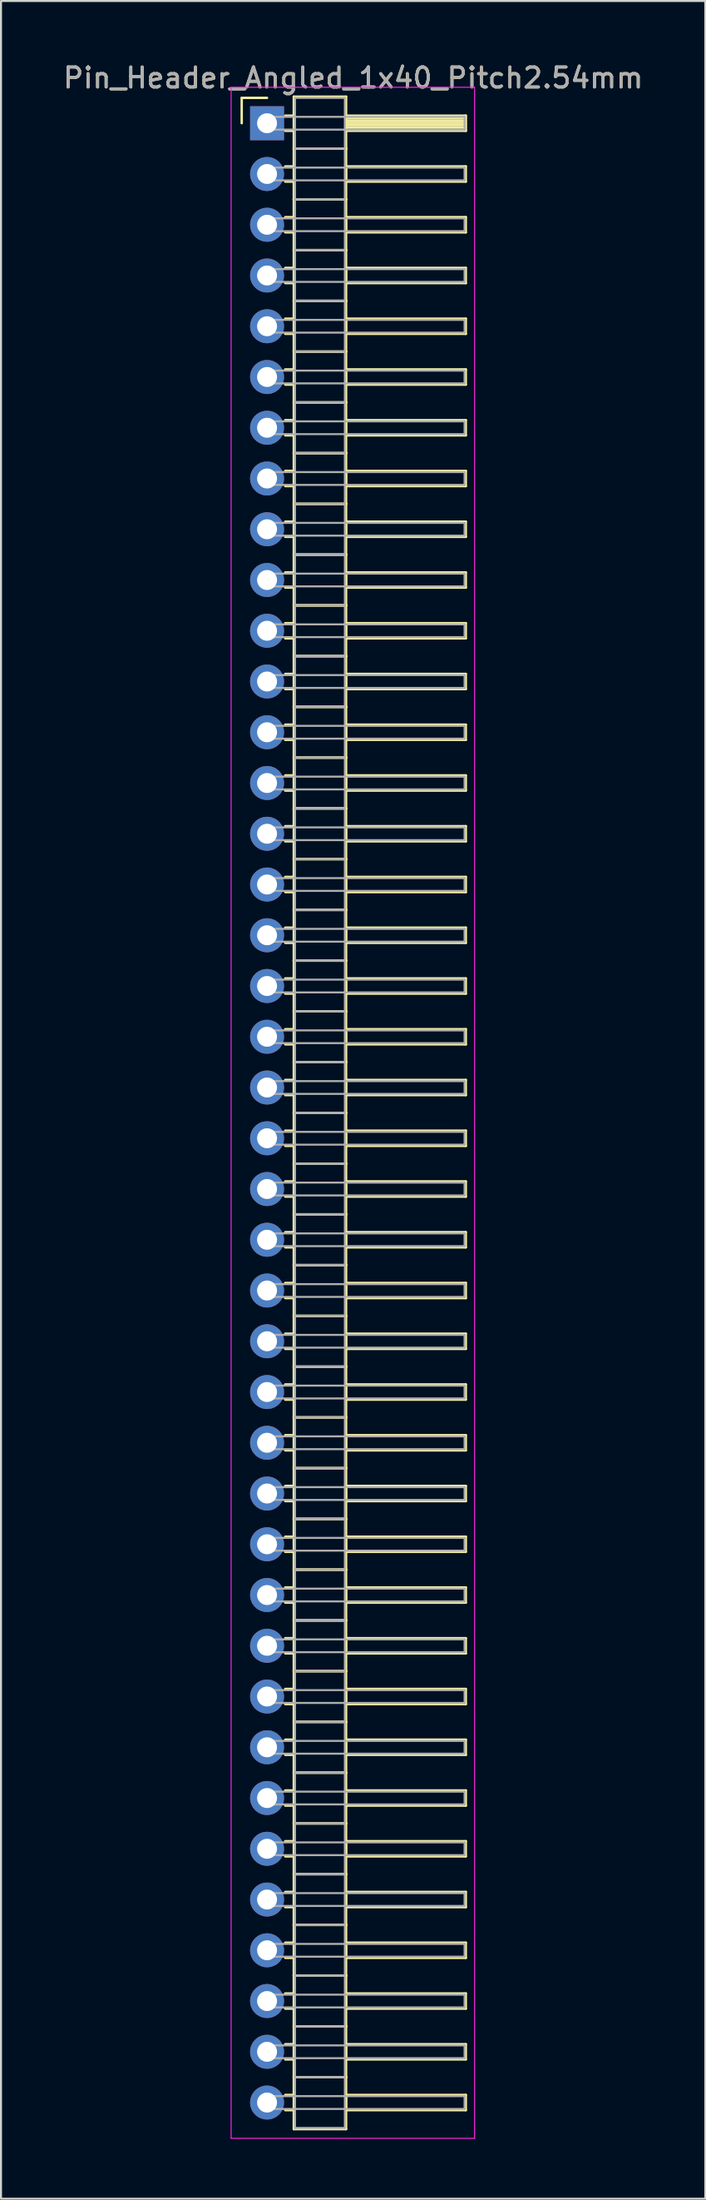
<source format=kicad_pcb>
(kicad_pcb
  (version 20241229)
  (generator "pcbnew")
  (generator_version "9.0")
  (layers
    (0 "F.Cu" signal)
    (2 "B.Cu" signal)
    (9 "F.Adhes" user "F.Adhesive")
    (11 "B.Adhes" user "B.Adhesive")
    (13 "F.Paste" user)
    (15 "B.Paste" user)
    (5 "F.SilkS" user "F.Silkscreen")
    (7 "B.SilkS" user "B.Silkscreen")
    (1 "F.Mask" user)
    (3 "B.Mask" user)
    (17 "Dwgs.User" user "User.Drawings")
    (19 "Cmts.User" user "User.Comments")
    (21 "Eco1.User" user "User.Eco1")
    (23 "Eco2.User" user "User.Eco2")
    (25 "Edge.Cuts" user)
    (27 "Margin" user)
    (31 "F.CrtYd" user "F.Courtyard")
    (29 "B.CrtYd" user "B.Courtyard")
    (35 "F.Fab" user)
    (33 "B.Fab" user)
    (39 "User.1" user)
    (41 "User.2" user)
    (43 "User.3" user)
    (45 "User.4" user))
  (footprint "Pin_Header_Angled_1x40_Pitch2.54mm"
    (layer "F.Cu")
    (at 10.334 3.118)
    (property "Reference" "Pin_Header_Angled_1x40_Pitch2.54mm" (at 4.315 -2.27 0) (layer "F.SilkS") (effects (font (size 1 1) (thickness 0.15))))
    (attr through_hole)
    (fp_line (start -1.27 -1.27) (end 0 -1.27) (stroke (width 0.12) (type solid)) (layer "F.SilkS"))
    (fp_line (start -1.27 0) (end -1.27 -1.27) (stroke (width 0.12) (type solid)) (layer "F.SilkS"))
    (fp_line (start 0.91 -0.38) (end 1.34 -0.38) (stroke (width 0.12) (type solid)) (layer "F.SilkS"))
    (fp_line (start 0.91 0.38) (end 1.34 0.38) (stroke (width 0.12) (type solid)) (layer "F.SilkS"))
    (fp_line (start 0.91 2.16) (end 1.34 2.16) (stroke (width 0.12) (type solid)) (layer "F.SilkS"))
    (fp_line (start 0.91 2.92) (end 1.34 2.92) (stroke (width 0.12) (type solid)) (layer "F.SilkS"))
    (fp_line (start 0.91 4.7) (end 1.34 4.7) (stroke (width 0.12) (type solid)) (layer "F.SilkS"))
    (fp_line (start 0.91 5.46) (end 1.34 5.46) (stroke (width 0.12) (type solid)) (layer "F.SilkS"))
    (fp_line (start 0.91 7.24) (end 1.34 7.24) (stroke (width 0.12) (type solid)) (layer "F.SilkS"))
    (fp_line (start 0.91 8) (end 1.34 8) (stroke (width 0.12) (type solid)) (layer "F.SilkS"))
    (fp_line (start 0.91 9.78) (end 1.34 9.78) (stroke (width 0.12) (type solid)) (layer "F.SilkS"))
    (fp_line (start 0.91 10.54) (end 1.34 10.54) (stroke (width 0.12) (type solid)) (layer "F.SilkS"))
    (fp_line (start 0.91 12.32) (end 1.34 12.32) (stroke (width 0.12) (type solid)) (layer "F.SilkS"))
    (fp_line (start 0.91 13.08) (end 1.34 13.08) (stroke (width 0.12) (type solid)) (layer "F.SilkS"))
    (fp_line (start 0.91 14.86) (end 1.34 14.86) (stroke (width 0.12) (type solid)) (layer "F.SilkS"))
    (fp_line (start 0.91 15.62) (end 1.34 15.62) (stroke (width 0.12) (type solid)) (layer "F.SilkS"))
    (fp_line (start 0.91 17.4) (end 1.34 17.4) (stroke (width 0.12) (type solid)) (layer "F.SilkS"))
    (fp_line (start 0.91 18.16) (end 1.34 18.16) (stroke (width 0.12) (type solid)) (layer "F.SilkS"))
    (fp_line (start 0.91 19.94) (end 1.34 19.94) (stroke (width 0.12) (type solid)) (layer "F.SilkS"))
    (fp_line (start 0.91 20.7) (end 1.34 20.7) (stroke (width 0.12) (type solid)) (layer "F.SilkS"))
    (fp_line (start 0.91 22.48) (end 1.34 22.48) (stroke (width 0.12) (type solid)) (layer "F.SilkS"))
    (fp_line (start 0.91 23.24) (end 1.34 23.24) (stroke (width 0.12) (type solid)) (layer "F.SilkS"))
    (fp_line (start 0.91 25.02) (end 1.34 25.02) (stroke (width 0.12) (type solid)) (layer "F.SilkS"))
    (fp_line (start 0.91 25.78) (end 1.34 25.78) (stroke (width 0.12) (type solid)) (layer "F.SilkS"))
    (fp_line (start 0.91 27.56) (end 1.34 27.56) (stroke (width 0.12) (type solid)) (layer "F.SilkS"))
    (fp_line (start 0.91 28.32) (end 1.34 28.32) (stroke (width 0.12) (type solid)) (layer "F.SilkS"))
    (fp_line (start 0.91 30.1) (end 1.34 30.1) (stroke (width 0.12) (type solid)) (layer "F.SilkS"))
    (fp_line (start 0.91 30.86) (end 1.34 30.86) (stroke (width 0.12) (type solid)) (layer "F.SilkS"))
    (fp_line (start 0.91 32.64) (end 1.34 32.64) (stroke (width 0.12) (type solid)) (layer "F.SilkS"))
    (fp_line (start 0.91 33.4) (end 1.34 33.4) (stroke (width 0.12) (type solid)) (layer "F.SilkS"))
    (fp_line (start 0.91 35.18) (end 1.34 35.18) (stroke (width 0.12) (type solid)) (layer "F.SilkS"))
    (fp_line (start 0.91 35.94) (end 1.34 35.94) (stroke (width 0.12) (type solid)) (layer "F.SilkS"))
    (fp_line (start 0.91 37.72) (end 1.34 37.72) (stroke (width 0.12) (type solid)) (layer "F.SilkS"))
    (fp_line (start 0.91 38.48) (end 1.34 38.48) (stroke (width 0.12) (type solid)) (layer "F.SilkS"))
    (fp_line (start 0.91 40.26) (end 1.34 40.26) (stroke (width 0.12) (type solid)) (layer "F.SilkS"))
    (fp_line (start 0.91 41.02) (end 1.34 41.02) (stroke (width 0.12) (type solid)) (layer "F.SilkS"))
    (fp_line (start 0.91 42.8) (end 1.34 42.8) (stroke (width 0.12) (type solid)) (layer "F.SilkS"))
    (fp_line (start 0.91 43.56) (end 1.34 43.56) (stroke (width 0.12) (type solid)) (layer "F.SilkS"))
    (fp_line (start 0.91 45.34) (end 1.34 45.34) (stroke (width 0.12) (type solid)) (layer "F.SilkS"))
    (fp_line (start 0.91 46.1) (end 1.34 46.1) (stroke (width 0.12) (type solid)) (layer "F.SilkS"))
    (fp_line (start 0.91 47.88) (end 1.34 47.88) (stroke (width 0.12) (type solid)) (layer "F.SilkS"))
    (fp_line (start 0.91 48.64) (end 1.34 48.64) (stroke (width 0.12) (type solid)) (layer "F.SilkS"))
    (fp_line (start 0.91 50.42) (end 1.34 50.42) (stroke (width 0.12) (type solid)) (layer "F.SilkS"))
    (fp_line (start 0.91 51.18) (end 1.34 51.18) (stroke (width 0.12) (type solid)) (layer "F.SilkS"))
    (fp_line (start 0.91 52.96) (end 1.34 52.96) (stroke (width 0.12) (type solid)) (layer "F.SilkS"))
    (fp_line (start 0.91 53.72) (end 1.34 53.72) (stroke (width 0.12) (type solid)) (layer "F.SilkS"))
    (fp_line (start 0.91 55.5) (end 1.34 55.5) (stroke (width 0.12) (type solid)) (layer "F.SilkS"))
    (fp_line (start 0.91 56.26) (end 1.34 56.26) (stroke (width 0.12) (type solid)) (layer "F.SilkS"))
    (fp_line (start 0.91 58.04) (end 1.34 58.04) (stroke (width 0.12) (type solid)) (layer "F.SilkS"))
    (fp_line (start 0.91 58.8) (end 1.34 58.8) (stroke (width 0.12) (type solid)) (layer "F.SilkS"))
    (fp_line (start 0.91 60.58) (end 1.34 60.58) (stroke (width 0.12) (type solid)) (layer "F.SilkS"))
    (fp_line (start 0.91 61.34) (end 1.34 61.34) (stroke (width 0.12) (type solid)) (layer "F.SilkS"))
    (fp_line (start 0.91 63.12) (end 1.34 63.12) (stroke (width 0.12) (type solid)) (layer "F.SilkS"))
    (fp_line (start 0.91 63.88) (end 1.34 63.88) (stroke (width 0.12) (type solid)) (layer "F.SilkS"))
    (fp_line (start 0.91 65.66) (end 1.34 65.66) (stroke (width 0.12) (type solid)) (layer "F.SilkS"))
    (fp_line (start 0.91 66.42) (end 1.34 66.42) (stroke (width 0.12) (type solid)) (layer "F.SilkS"))
    (fp_line (start 0.91 68.2) (end 1.34 68.2) (stroke (width 0.12) (type solid)) (layer "F.SilkS"))
    (fp_line (start 0.91 68.96) (end 1.34 68.96) (stroke (width 0.12) (type solid)) (layer "F.SilkS"))
    (fp_line (start 0.91 70.74) (end 1.34 70.74) (stroke (width 0.12) (type solid)) (layer "F.SilkS"))
    (fp_line (start 0.91 71.5) (end 1.34 71.5) (stroke (width 0.12) (type solid)) (layer "F.SilkS"))
    (fp_line (start 0.91 73.28) (end 1.34 73.28) (stroke (width 0.12) (type solid)) (layer "F.SilkS"))
    (fp_line (start 0.91 74.04) (end 1.34 74.04) (stroke (width 0.12) (type solid)) (layer "F.SilkS"))
    (fp_line (start 0.91 75.82) (end 1.34 75.82) (stroke (width 0.12) (type solid)) (layer "F.SilkS"))
    (fp_line (start 0.91 76.58) (end 1.34 76.58) (stroke (width 0.12) (type solid)) (layer "F.SilkS"))
    (fp_line (start 0.91 78.36) (end 1.34 78.36) (stroke (width 0.12) (type solid)) (layer "F.SilkS"))
    (fp_line (start 0.91 79.12) (end 1.34 79.12) (stroke (width 0.12) (type solid)) (layer "F.SilkS"))
    (fp_line (start 0.91 80.9) (end 1.34 80.9) (stroke (width 0.12) (type solid)) (layer "F.SilkS"))
    (fp_line (start 0.91 81.66) (end 1.34 81.66) (stroke (width 0.12) (type solid)) (layer "F.SilkS"))
    (fp_line (start 0.91 83.44) (end 1.34 83.44) (stroke (width 0.12) (type solid)) (layer "F.SilkS"))
    (fp_line (start 0.91 84.2) (end 1.34 84.2) (stroke (width 0.12) (type solid)) (layer "F.SilkS"))
    (fp_line (start 0.91 85.98) (end 1.34 85.98) (stroke (width 0.12) (type solid)) (layer "F.SilkS"))
    (fp_line (start 0.91 86.74) (end 1.34 86.74) (stroke (width 0.12) (type solid)) (layer "F.SilkS"))
    (fp_line (start 0.91 88.52) (end 1.34 88.52) (stroke (width 0.12) (type solid)) (layer "F.SilkS"))
    (fp_line (start 0.91 89.28) (end 1.34 89.28) (stroke (width 0.12) (type solid)) (layer "F.SilkS"))
    (fp_line (start 0.91 91.06) (end 1.34 91.06) (stroke (width 0.12) (type solid)) (layer "F.SilkS"))
    (fp_line (start 0.91 91.82) (end 1.34 91.82) (stroke (width 0.12) (type solid)) (layer "F.SilkS"))
    (fp_line (start 0.91 93.6) (end 1.34 93.6) (stroke (width 0.12) (type solid)) (layer "F.SilkS"))
    (fp_line (start 0.91 94.36) (end 1.34 94.36) (stroke (width 0.12) (type solid)) (layer "F.SilkS"))
    (fp_line (start 0.91 96.14) (end 1.34 96.14) (stroke (width 0.12) (type solid)) (layer "F.SilkS"))
    (fp_line (start 0.91 96.9) (end 1.34 96.9) (stroke (width 0.12) (type solid)) (layer "F.SilkS"))
    (fp_line (start 0.91 98.68) (end 1.34 98.68) (stroke (width 0.12) (type solid)) (layer "F.SilkS"))
    (fp_line (start 0.91 99.44) (end 1.34 99.44) (stroke (width 0.12) (type solid)) (layer "F.SilkS"))
    (fp_line (start 1.34 -1.33) (end 1.34 1.27) (stroke (width 0.12) (type solid)) (layer "F.SilkS"))
    (fp_line (start 1.34 1.27) (end 1.34 3.81) (stroke (width 0.12) (type solid)) (layer "F.SilkS"))
    (fp_line (start 1.34 1.27) (end 3.96 1.27) (stroke (width 0.12) (type solid)) (layer "F.SilkS"))
    (fp_line (start 1.34 3.81) (end 1.34 6.35) (stroke (width 0.12) (type solid)) (layer "F.SilkS"))
    (fp_line (start 1.34 3.81) (end 3.96 3.81) (stroke (width 0.12) (type solid)) (layer "F.SilkS"))
    (fp_line (start 1.34 6.35) (end 1.34 8.89) (stroke (width 0.12) (type solid)) (layer "F.SilkS"))
    (fp_line (start 1.34 6.35) (end 3.96 6.35) (stroke (width 0.12) (type solid)) (layer "F.SilkS"))
    (fp_line (start 1.34 8.89) (end 1.34 11.43) (stroke (width 0.12) (type solid)) (layer "F.SilkS"))
    (fp_line (start 1.34 8.89) (end 3.96 8.89) (stroke (width 0.12) (type solid)) (layer "F.SilkS"))
    (fp_line (start 1.34 11.43) (end 1.34 13.97) (stroke (width 0.12) (type solid)) (layer "F.SilkS"))
    (fp_line (start 1.34 11.43) (end 3.96 11.43) (stroke (width 0.12) (type solid)) (layer "F.SilkS"))
    (fp_line (start 1.34 13.97) (end 1.34 16.51) (stroke (width 0.12) (type solid)) (layer "F.SilkS"))
    (fp_line (start 1.34 13.97) (end 3.96 13.97) (stroke (width 0.12) (type solid)) (layer "F.SilkS"))
    (fp_line (start 1.34 16.51) (end 1.34 19.05) (stroke (width 0.12) (type solid)) (layer "F.SilkS"))
    (fp_line (start 1.34 16.51) (end 3.96 16.51) (stroke (width 0.12) (type solid)) (layer "F.SilkS"))
    (fp_line (start 1.34 19.05) (end 1.34 21.59) (stroke (width 0.12) (type solid)) (layer "F.SilkS"))
    (fp_line (start 1.34 19.05) (end 3.96 19.05) (stroke (width 0.12) (type solid)) (layer "F.SilkS"))
    (fp_line (start 1.34 21.59) (end 1.34 24.13) (stroke (width 0.12) (type solid)) (layer "F.SilkS"))
    (fp_line (start 1.34 21.59) (end 3.96 21.59) (stroke (width 0.12) (type solid)) (layer "F.SilkS"))
    (fp_line (start 1.34 24.13) (end 1.34 26.67) (stroke (width 0.12) (type solid)) (layer "F.SilkS"))
    (fp_line (start 1.34 24.13) (end 3.96 24.13) (stroke (width 0.12) (type solid)) (layer "F.SilkS"))
    (fp_line (start 1.34 26.67) (end 1.34 29.21) (stroke (width 0.12) (type solid)) (layer "F.SilkS"))
    (fp_line (start 1.34 26.67) (end 3.96 26.67) (stroke (width 0.12) (type solid)) (layer "F.SilkS"))
    (fp_line (start 1.34 29.21) (end 1.34 31.75) (stroke (width 0.12) (type solid)) (layer "F.SilkS"))
    (fp_line (start 1.34 29.21) (end 3.96 29.21) (stroke (width 0.12) (type solid)) (layer "F.SilkS"))
    (fp_line (start 1.34 31.75) (end 1.34 34.29) (stroke (width 0.12) (type solid)) (layer "F.SilkS"))
    (fp_line (start 1.34 31.75) (end 3.96 31.75) (stroke (width 0.12) (type solid)) (layer "F.SilkS"))
    (fp_line (start 1.34 34.29) (end 1.34 36.83) (stroke (width 0.12) (type solid)) (layer "F.SilkS"))
    (fp_line (start 1.34 34.29) (end 3.96 34.29) (stroke (width 0.12) (type solid)) (layer "F.SilkS"))
    (fp_line (start 1.34 36.83) (end 1.34 39.37) (stroke (width 0.12) (type solid)) (layer "F.SilkS"))
    (fp_line (start 1.34 36.83) (end 3.96 36.83) (stroke (width 0.12) (type solid)) (layer "F.SilkS"))
    (fp_line (start 1.34 39.37) (end 1.34 41.91) (stroke (width 0.12) (type solid)) (layer "F.SilkS"))
    (fp_line (start 1.34 39.37) (end 3.96 39.37) (stroke (width 0.12) (type solid)) (layer "F.SilkS"))
    (fp_line (start 1.34 41.91) (end 1.34 44.45) (stroke (width 0.12) (type solid)) (layer "F.SilkS"))
    (fp_line (start 1.34 41.91) (end 3.96 41.91) (stroke (width 0.12) (type solid)) (layer "F.SilkS"))
    (fp_line (start 1.34 44.45) (end 1.34 46.99) (stroke (width 0.12) (type solid)) (layer "F.SilkS"))
    (fp_line (start 1.34 44.45) (end 3.96 44.45) (stroke (width 0.12) (type solid)) (layer "F.SilkS"))
    (fp_line (start 1.34 46.99) (end 1.34 49.53) (stroke (width 0.12) (type solid)) (layer "F.SilkS"))
    (fp_line (start 1.34 46.99) (end 3.96 46.99) (stroke (width 0.12) (type solid)) (layer "F.SilkS"))
    (fp_line (start 1.34 49.53) (end 1.34 52.07) (stroke (width 0.12) (type solid)) (layer "F.SilkS"))
    (fp_line (start 1.34 49.53) (end 3.96 49.53) (stroke (width 0.12) (type solid)) (layer "F.SilkS"))
    (fp_line (start 1.34 52.07) (end 1.34 54.61) (stroke (width 0.12) (type solid)) (layer "F.SilkS"))
    (fp_line (start 1.34 52.07) (end 3.96 52.07) (stroke (width 0.12) (type solid)) (layer "F.SilkS"))
    (fp_line (start 1.34 54.61) (end 1.34 57.15) (stroke (width 0.12) (type solid)) (layer "F.SilkS"))
    (fp_line (start 1.34 54.61) (end 3.96 54.61) (stroke (width 0.12) (type solid)) (layer "F.SilkS"))
    (fp_line (start 1.34 57.15) (end 1.34 59.69) (stroke (width 0.12) (type solid)) (layer "F.SilkS"))
    (fp_line (start 1.34 57.15) (end 3.96 57.15) (stroke (width 0.12) (type solid)) (layer "F.SilkS"))
    (fp_line (start 1.34 59.69) (end 1.34 62.23) (stroke (width 0.12) (type solid)) (layer "F.SilkS"))
    (fp_line (start 1.34 59.69) (end 3.96 59.69) (stroke (width 0.12) (type solid)) (layer "F.SilkS"))
    (fp_line (start 1.34 62.23) (end 1.34 64.77) (stroke (width 0.12) (type solid)) (layer "F.SilkS"))
    (fp_line (start 1.34 62.23) (end 3.96 62.23) (stroke (width 0.12) (type solid)) (layer "F.SilkS"))
    (fp_line (start 1.34 64.77) (end 1.34 67.31) (stroke (width 0.12) (type solid)) (layer "F.SilkS"))
    (fp_line (start 1.34 64.77) (end 3.96 64.77) (stroke (width 0.12) (type solid)) (layer "F.SilkS"))
    (fp_line (start 1.34 67.31) (end 1.34 69.85) (stroke (width 0.12) (type solid)) (layer "F.SilkS"))
    (fp_line (start 1.34 67.31) (end 3.96 67.31) (stroke (width 0.12) (type solid)) (layer "F.SilkS"))
    (fp_line (start 1.34 69.85) (end 1.34 72.39) (stroke (width 0.12) (type solid)) (layer "F.SilkS"))
    (fp_line (start 1.34 69.85) (end 3.96 69.85) (stroke (width 0.12) (type solid)) (layer "F.SilkS"))
    (fp_line (start 1.34 72.39) (end 1.34 74.93) (stroke (width 0.12) (type solid)) (layer "F.SilkS"))
    (fp_line (start 1.34 72.39) (end 3.96 72.39) (stroke (width 0.12) (type solid)) (layer "F.SilkS"))
    (fp_line (start 1.34 74.93) (end 1.34 77.47) (stroke (width 0.12) (type solid)) (layer "F.SilkS"))
    (fp_line (start 1.34 74.93) (end 3.96 74.93) (stroke (width 0.12) (type solid)) (layer "F.SilkS"))
    (fp_line (start 1.34 77.47) (end 1.34 80.01) (stroke (width 0.12) (type solid)) (layer "F.SilkS"))
    (fp_line (start 1.34 77.47) (end 3.96 77.47) (stroke (width 0.12) (type solid)) (layer "F.SilkS"))
    (fp_line (start 1.34 80.01) (end 1.34 82.55) (stroke (width 0.12) (type solid)) (layer "F.SilkS"))
    (fp_line (start 1.34 80.01) (end 3.96 80.01) (stroke (width 0.12) (type solid)) (layer "F.SilkS"))
    (fp_line (start 1.34 82.55) (end 1.34 85.09) (stroke (width 0.12) (type solid)) (layer "F.SilkS"))
    (fp_line (start 1.34 82.55) (end 3.96 82.55) (stroke (width 0.12) (type solid)) (layer "F.SilkS"))
    (fp_line (start 1.34 85.09) (end 1.34 87.63) (stroke (width 0.12) (type solid)) (layer "F.SilkS"))
    (fp_line (start 1.34 85.09) (end 3.96 85.09) (stroke (width 0.12) (type solid)) (layer "F.SilkS"))
    (fp_line (start 1.34 87.63) (end 1.34 90.17) (stroke (width 0.12) (type solid)) (layer "F.SilkS"))
    (fp_line (start 1.34 87.63) (end 3.96 87.63) (stroke (width 0.12) (type solid)) (layer "F.SilkS"))
    (fp_line (start 1.34 90.17) (end 1.34 92.71) (stroke (width 0.12) (type solid)) (layer "F.SilkS"))
    (fp_line (start 1.34 90.17) (end 3.96 90.17) (stroke (width 0.12) (type solid)) (layer "F.SilkS"))
    (fp_line (start 1.34 92.71) (end 1.34 95.25) (stroke (width 0.12) (type solid)) (layer "F.SilkS"))
    (fp_line (start 1.34 92.71) (end 3.96 92.71) (stroke (width 0.12) (type solid)) (layer "F.SilkS"))
    (fp_line (start 1.34 95.25) (end 1.34 97.79) (stroke (width 0.12) (type solid)) (layer "F.SilkS"))
    (fp_line (start 1.34 95.25) (end 3.96 95.25) (stroke (width 0.12) (type solid)) (layer "F.SilkS"))
    (fp_line (start 1.34 97.79) (end 1.34 100.39) (stroke (width 0.12) (type solid)) (layer "F.SilkS"))
    (fp_line (start 1.34 97.79) (end 3.96 97.79) (stroke (width 0.12) (type solid)) (layer "F.SilkS"))
    (fp_line (start 1.34 100.39) (end 3.96 100.39) (stroke (width 0.12) (type solid)) (layer "F.SilkS"))
    (fp_line (start 3.96 -1.33) (end 1.34 -1.33) (stroke (width 0.12) (type solid)) (layer "F.SilkS"))
    (fp_line (start 3.96 -0.38) (end 3.96 0.38) (stroke (width 0.12) (type solid)) (layer "F.SilkS"))
    (fp_line (start 3.96 -0.26) (end 9.96 -0.26) (stroke (width 0.12) (type solid)) (layer "F.SilkS"))
    (fp_line (start 3.96 -0.14) (end 9.96 -0.14) (stroke (width 0.12) (type solid)) (layer "F.SilkS"))
    (fp_line (start 3.96 -0.02) (end 9.96 -0.02) (stroke (width 0.12) (type solid)) (layer "F.SilkS"))
    (fp_line (start 3.96 0.1) (end 9.96 0.1) (stroke (width 0.12) (type solid)) (layer "F.SilkS"))
    (fp_line (start 3.96 0.22) (end 9.96 0.22) (stroke (width 0.12) (type solid)) (layer "F.SilkS"))
    (fp_line (start 3.96 0.34) (end 9.96 0.34) (stroke (width 0.12) (type solid)) (layer "F.SilkS"))
    (fp_line (start 3.96 0.38) (end 9.96 0.38) (stroke (width 0.12) (type solid)) (layer "F.SilkS"))
    (fp_line (start 3.96 1.27) (end 1.34 1.27) (stroke (width 0.12) (type solid)) (layer "F.SilkS"))
    (fp_line (start 3.96 1.27) (end 3.96 -1.33) (stroke (width 0.12) (type solid)) (layer "F.SilkS"))
    (fp_line (start 3.96 2.16) (end 3.96 2.92) (stroke (width 0.12) (type solid)) (layer "F.SilkS"))
    (fp_line (start 3.96 2.92) (end 9.96 2.92) (stroke (width 0.12) (type solid)) (layer "F.SilkS"))
    (fp_line (start 3.96 3.81) (end 1.34 3.81) (stroke (width 0.12) (type solid)) (layer "F.SilkS"))
    (fp_line (start 3.96 3.81) (end 3.96 1.27) (stroke (width 0.12) (type solid)) (layer "F.SilkS"))
    (fp_line (start 3.96 4.7) (end 3.96 5.46) (stroke (width 0.12) (type solid)) (layer "F.SilkS"))
    (fp_line (start 3.96 5.46) (end 9.96 5.46) (stroke (width 0.12) (type solid)) (layer "F.SilkS"))
    (fp_line (start 3.96 6.35) (end 1.34 6.35) (stroke (width 0.12) (type solid)) (layer "F.SilkS"))
    (fp_line (start 3.96 6.35) (end 3.96 3.81) (stroke (width 0.12) (type solid)) (layer "F.SilkS"))
    (fp_line (start 3.96 7.24) (end 3.96 8) (stroke (width 0.12) (type solid)) (layer "F.SilkS"))
    (fp_line (start 3.96 8) (end 9.96 8) (stroke (width 0.12) (type solid)) (layer "F.SilkS"))
    (fp_line (start 3.96 8.89) (end 1.34 8.89) (stroke (width 0.12) (type solid)) (layer "F.SilkS"))
    (fp_line (start 3.96 8.89) (end 3.96 6.35) (stroke (width 0.12) (type solid)) (layer "F.SilkS"))
    (fp_line (start 3.96 9.78) (end 3.96 10.54) (stroke (width 0.12) (type solid)) (layer "F.SilkS"))
    (fp_line (start 3.96 10.54) (end 9.96 10.54) (stroke (width 0.12) (type solid)) (layer "F.SilkS"))
    (fp_line (start 3.96 11.43) (end 1.34 11.43) (stroke (width 0.12) (type solid)) (layer "F.SilkS"))
    (fp_line (start 3.96 11.43) (end 3.96 8.89) (stroke (width 0.12) (type solid)) (layer "F.SilkS"))
    (fp_line (start 3.96 12.32) (end 3.96 13.08) (stroke (width 0.12) (type solid)) (layer "F.SilkS"))
    (fp_line (start 3.96 13.08) (end 9.96 13.08) (stroke (width 0.12) (type solid)) (layer "F.SilkS"))
    (fp_line (start 3.96 13.97) (end 1.34 13.97) (stroke (width 0.12) (type solid)) (layer "F.SilkS"))
    (fp_line (start 3.96 13.97) (end 3.96 11.43) (stroke (width 0.12) (type solid)) (layer "F.SilkS"))
    (fp_line (start 3.96 14.86) (end 3.96 15.62) (stroke (width 0.12) (type solid)) (layer "F.SilkS"))
    (fp_line (start 3.96 15.62) (end 9.96 15.62) (stroke (width 0.12) (type solid)) (layer "F.SilkS"))
    (fp_line (start 3.96 16.51) (end 1.34 16.51) (stroke (width 0.12) (type solid)) (layer "F.SilkS"))
    (fp_line (start 3.96 16.51) (end 3.96 13.97) (stroke (width 0.12) (type solid)) (layer "F.SilkS"))
    (fp_line (start 3.96 17.4) (end 3.96 18.16) (stroke (width 0.12) (type solid)) (layer "F.SilkS"))
    (fp_line (start 3.96 18.16) (end 9.96 18.16) (stroke (width 0.12) (type solid)) (layer "F.SilkS"))
    (fp_line (start 3.96 19.05) (end 1.34 19.05) (stroke (width 0.12) (type solid)) (layer "F.SilkS"))
    (fp_line (start 3.96 19.05) (end 3.96 16.51) (stroke (width 0.12) (type solid)) (layer "F.SilkS"))
    (fp_line (start 3.96 19.94) (end 3.96 20.7) (stroke (width 0.12) (type solid)) (layer "F.SilkS"))
    (fp_line (start 3.96 20.7) (end 9.96 20.7) (stroke (width 0.12) (type solid)) (layer "F.SilkS"))
    (fp_line (start 3.96 21.59) (end 1.34 21.59) (stroke (width 0.12) (type solid)) (layer "F.SilkS"))
    (fp_line (start 3.96 21.59) (end 3.96 19.05) (stroke (width 0.12) (type solid)) (layer "F.SilkS"))
    (fp_line (start 3.96 22.48) (end 3.96 23.24) (stroke (width 0.12) (type solid)) (layer "F.SilkS"))
    (fp_line (start 3.96 23.24) (end 9.96 23.24) (stroke (width 0.12) (type solid)) (layer "F.SilkS"))
    (fp_line (start 3.96 24.13) (end 1.34 24.13) (stroke (width 0.12) (type solid)) (layer "F.SilkS"))
    (fp_line (start 3.96 24.13) (end 3.96 21.59) (stroke (width 0.12) (type solid)) (layer "F.SilkS"))
    (fp_line (start 3.96 25.02) (end 3.96 25.78) (stroke (width 0.12) (type solid)) (layer "F.SilkS"))
    (fp_line (start 3.96 25.78) (end 9.96 25.78) (stroke (width 0.12) (type solid)) (layer "F.SilkS"))
    (fp_line (start 3.96 26.67) (end 1.34 26.67) (stroke (width 0.12) (type solid)) (layer "F.SilkS"))
    (fp_line (start 3.96 26.67) (end 3.96 24.13) (stroke (width 0.12) (type solid)) (layer "F.SilkS"))
    (fp_line (start 3.96 27.56) (end 3.96 28.32) (stroke (width 0.12) (type solid)) (layer "F.SilkS"))
    (fp_line (start 3.96 28.32) (end 9.96 28.32) (stroke (width 0.12) (type solid)) (layer "F.SilkS"))
    (fp_line (start 3.96 29.21) (end 1.34 29.21) (stroke (width 0.12) (type solid)) (layer "F.SilkS"))
    (fp_line (start 3.96 29.21) (end 3.96 26.67) (stroke (width 0.12) (type solid)) (layer "F.SilkS"))
    (fp_line (start 3.96 30.1) (end 3.96 30.86) (stroke (width 0.12) (type solid)) (layer "F.SilkS"))
    (fp_line (start 3.96 30.86) (end 9.96 30.86) (stroke (width 0.12) (type solid)) (layer "F.SilkS"))
    (fp_line (start 3.96 31.75) (end 1.34 31.75) (stroke (width 0.12) (type solid)) (layer "F.SilkS"))
    (fp_line (start 3.96 31.75) (end 3.96 29.21) (stroke (width 0.12) (type solid)) (layer "F.SilkS"))
    (fp_line (start 3.96 32.64) (end 3.96 33.4) (stroke (width 0.12) (type solid)) (layer "F.SilkS"))
    (fp_line (start 3.96 33.4) (end 9.96 33.4) (stroke (width 0.12) (type solid)) (layer "F.SilkS"))
    (fp_line (start 3.96 34.29) (end 1.34 34.29) (stroke (width 0.12) (type solid)) (layer "F.SilkS"))
    (fp_line (start 3.96 34.29) (end 3.96 31.75) (stroke (width 0.12) (type solid)) (layer "F.SilkS"))
    (fp_line (start 3.96 35.18) (end 3.96 35.94) (stroke (width 0.12) (type solid)) (layer "F.SilkS"))
    (fp_line (start 3.96 35.94) (end 9.96 35.94) (stroke (width 0.12) (type solid)) (layer "F.SilkS"))
    (fp_line (start 3.96 36.83) (end 1.34 36.83) (stroke (width 0.12) (type solid)) (layer "F.SilkS"))
    (fp_line (start 3.96 36.83) (end 3.96 34.29) (stroke (width 0.12) (type solid)) (layer "F.SilkS"))
    (fp_line (start 3.96 37.72) (end 3.96 38.48) (stroke (width 0.12) (type solid)) (layer "F.SilkS"))
    (fp_line (start 3.96 38.48) (end 9.96 38.48) (stroke (width 0.12) (type solid)) (layer "F.SilkS"))
    (fp_line (start 3.96 39.37) (end 1.34 39.37) (stroke (width 0.12) (type solid)) (layer "F.SilkS"))
    (fp_line (start 3.96 39.37) (end 3.96 36.83) (stroke (width 0.12) (type solid)) (layer "F.SilkS"))
    (fp_line (start 3.96 40.26) (end 3.96 41.02) (stroke (width 0.12) (type solid)) (layer "F.SilkS"))
    (fp_line (start 3.96 41.02) (end 9.96 41.02) (stroke (width 0.12) (type solid)) (layer "F.SilkS"))
    (fp_line (start 3.96 41.91) (end 1.34 41.91) (stroke (width 0.12) (type solid)) (layer "F.SilkS"))
    (fp_line (start 3.96 41.91) (end 3.96 39.37) (stroke (width 0.12) (type solid)) (layer "F.SilkS"))
    (fp_line (start 3.96 42.8) (end 3.96 43.56) (stroke (width 0.12) (type solid)) (layer "F.SilkS"))
    (fp_line (start 3.96 43.56) (end 9.96 43.56) (stroke (width 0.12) (type solid)) (layer "F.SilkS"))
    (fp_line (start 3.96 44.45) (end 1.34 44.45) (stroke (width 0.12) (type solid)) (layer "F.SilkS"))
    (fp_line (start 3.96 44.45) (end 3.96 41.91) (stroke (width 0.12) (type solid)) (layer "F.SilkS"))
    (fp_line (start 3.96 45.34) (end 3.96 46.1) (stroke (width 0.12) (type solid)) (layer "F.SilkS"))
    (fp_line (start 3.96 46.1) (end 9.96 46.1) (stroke (width 0.12) (type solid)) (layer "F.SilkS"))
    (fp_line (start 3.96 46.99) (end 1.34 46.99) (stroke (width 0.12) (type solid)) (layer "F.SilkS"))
    (fp_line (start 3.96 46.99) (end 3.96 44.45) (stroke (width 0.12) (type solid)) (layer "F.SilkS"))
    (fp_line (start 3.96 47.88) (end 3.96 48.64) (stroke (width 0.12) (type solid)) (layer "F.SilkS"))
    (fp_line (start 3.96 48.64) (end 9.96 48.64) (stroke (width 0.12) (type solid)) (layer "F.SilkS"))
    (fp_line (start 3.96 49.53) (end 1.34 49.53) (stroke (width 0.12) (type solid)) (layer "F.SilkS"))
    (fp_line (start 3.96 49.53) (end 3.96 46.99) (stroke (width 0.12) (type solid)) (layer "F.SilkS"))
    (fp_line (start 3.96 50.42) (end 3.96 51.18) (stroke (width 0.12) (type solid)) (layer "F.SilkS"))
    (fp_line (start 3.96 51.18) (end 9.96 51.18) (stroke (width 0.12) (type solid)) (layer "F.SilkS"))
    (fp_line (start 3.96 52.07) (end 1.34 52.07) (stroke (width 0.12) (type solid)) (layer "F.SilkS"))
    (fp_line (start 3.96 52.07) (end 3.96 49.53) (stroke (width 0.12) (type solid)) (layer "F.SilkS"))
    (fp_line (start 3.96 52.96) (end 3.96 53.72) (stroke (width 0.12) (type solid)) (layer "F.SilkS"))
    (fp_line (start 3.96 53.72) (end 9.96 53.72) (stroke (width 0.12) (type solid)) (layer "F.SilkS"))
    (fp_line (start 3.96 54.61) (end 1.34 54.61) (stroke (width 0.12) (type solid)) (layer "F.SilkS"))
    (fp_line (start 3.96 54.61) (end 3.96 52.07) (stroke (width 0.12) (type solid)) (layer "F.SilkS"))
    (fp_line (start 3.96 55.5) (end 3.96 56.26) (stroke (width 0.12) (type solid)) (layer "F.SilkS"))
    (fp_line (start 3.96 56.26) (end 9.96 56.26) (stroke (width 0.12) (type solid)) (layer "F.SilkS"))
    (fp_line (start 3.96 57.15) (end 1.34 57.15) (stroke (width 0.12) (type solid)) (layer "F.SilkS"))
    (fp_line (start 3.96 57.15) (end 3.96 54.61) (stroke (width 0.12) (type solid)) (layer "F.SilkS"))
    (fp_line (start 3.96 58.04) (end 3.96 58.8) (stroke (width 0.12) (type solid)) (layer "F.SilkS"))
    (fp_line (start 3.96 58.8) (end 9.96 58.8) (stroke (width 0.12) (type solid)) (layer "F.SilkS"))
    (fp_line (start 3.96 59.69) (end 1.34 59.69) (stroke (width 0.12) (type solid)) (layer "F.SilkS"))
    (fp_line (start 3.96 59.69) (end 3.96 57.15) (stroke (width 0.12) (type solid)) (layer "F.SilkS"))
    (fp_line (start 3.96 60.58) (end 3.96 61.34) (stroke (width 0.12) (type solid)) (layer "F.SilkS"))
    (fp_line (start 3.96 61.34) (end 9.96 61.34) (stroke (width 0.12) (type solid)) (layer "F.SilkS"))
    (fp_line (start 3.96 62.23) (end 1.34 62.23) (stroke (width 0.12) (type solid)) (layer "F.SilkS"))
    (fp_line (start 3.96 62.23) (end 3.96 59.69) (stroke (width 0.12) (type solid)) (layer "F.SilkS"))
    (fp_line (start 3.96 63.12) (end 3.96 63.88) (stroke (width 0.12) (type solid)) (layer "F.SilkS"))
    (fp_line (start 3.96 63.88) (end 9.96 63.88) (stroke (width 0.12) (type solid)) (layer "F.SilkS"))
    (fp_line (start 3.96 64.77) (end 1.34 64.77) (stroke (width 0.12) (type solid)) (layer "F.SilkS"))
    (fp_line (start 3.96 64.77) (end 3.96 62.23) (stroke (width 0.12) (type solid)) (layer "F.SilkS"))
    (fp_line (start 3.96 65.66) (end 3.96 66.42) (stroke (width 0.12) (type solid)) (layer "F.SilkS"))
    (fp_line (start 3.96 66.42) (end 9.96 66.42) (stroke (width 0.12) (type solid)) (layer "F.SilkS"))
    (fp_line (start 3.96 67.31) (end 1.34 67.31) (stroke (width 0.12) (type solid)) (layer "F.SilkS"))
    (fp_line (start 3.96 67.31) (end 3.96 64.77) (stroke (width 0.12) (type solid)) (layer "F.SilkS"))
    (fp_line (start 3.96 68.2) (end 3.96 68.96) (stroke (width 0.12) (type solid)) (layer "F.SilkS"))
    (fp_line (start 3.96 68.96) (end 9.96 68.96) (stroke (width 0.12) (type solid)) (layer "F.SilkS"))
    (fp_line (start 3.96 69.85) (end 1.34 69.85) (stroke (width 0.12) (type solid)) (layer "F.SilkS"))
    (fp_line (start 3.96 69.85) (end 3.96 67.31) (stroke (width 0.12) (type solid)) (layer "F.SilkS"))
    (fp_line (start 3.96 70.74) (end 3.96 71.5) (stroke (width 0.12) (type solid)) (layer "F.SilkS"))
    (fp_line (start 3.96 71.5) (end 9.96 71.5) (stroke (width 0.12) (type solid)) (layer "F.SilkS"))
    (fp_line (start 3.96 72.39) (end 1.34 72.39) (stroke (width 0.12) (type solid)) (layer "F.SilkS"))
    (fp_line (start 3.96 72.39) (end 3.96 69.85) (stroke (width 0.12) (type solid)) (layer "F.SilkS"))
    (fp_line (start 3.96 73.28) (end 3.96 74.04) (stroke (width 0.12) (type solid)) (layer "F.SilkS"))
    (fp_line (start 3.96 74.04) (end 9.96 74.04) (stroke (width 0.12) (type solid)) (layer "F.SilkS"))
    (fp_line (start 3.96 74.93) (end 1.34 74.93) (stroke (width 0.12) (type solid)) (layer "F.SilkS"))
    (fp_line (start 3.96 74.93) (end 3.96 72.39) (stroke (width 0.12) (type solid)) (layer "F.SilkS"))
    (fp_line (start 3.96 75.82) (end 3.96 76.58) (stroke (width 0.12) (type solid)) (layer "F.SilkS"))
    (fp_line (start 3.96 76.58) (end 9.96 76.58) (stroke (width 0.12) (type solid)) (layer "F.SilkS"))
    (fp_line (start 3.96 77.47) (end 1.34 77.47) (stroke (width 0.12) (type solid)) (layer "F.SilkS"))
    (fp_line (start 3.96 77.47) (end 3.96 74.93) (stroke (width 0.12) (type solid)) (layer "F.SilkS"))
    (fp_line (start 3.96 78.36) (end 3.96 79.12) (stroke (width 0.12) (type solid)) (layer "F.SilkS"))
    (fp_line (start 3.96 79.12) (end 9.96 79.12) (stroke (width 0.12) (type solid)) (layer "F.SilkS"))
    (fp_line (start 3.96 80.01) (end 1.34 80.01) (stroke (width 0.12) (type solid)) (layer "F.SilkS"))
    (fp_line (start 3.96 80.01) (end 3.96 77.47) (stroke (width 0.12) (type solid)) (layer "F.SilkS"))
    (fp_line (start 3.96 80.9) (end 3.96 81.66) (stroke (width 0.12) (type solid)) (layer "F.SilkS"))
    (fp_line (start 3.96 81.66) (end 9.96 81.66) (stroke (width 0.12) (type solid)) (layer "F.SilkS"))
    (fp_line (start 3.96 82.55) (end 1.34 82.55) (stroke (width 0.12) (type solid)) (layer "F.SilkS"))
    (fp_line (start 3.96 82.55) (end 3.96 80.01) (stroke (width 0.12) (type solid)) (layer "F.SilkS"))
    (fp_line (start 3.96 83.44) (end 3.96 84.2) (stroke (width 0.12) (type solid)) (layer "F.SilkS"))
    (fp_line (start 3.96 84.2) (end 9.96 84.2) (stroke (width 0.12) (type solid)) (layer "F.SilkS"))
    (fp_line (start 3.96 85.09) (end 1.34 85.09) (stroke (width 0.12) (type solid)) (layer "F.SilkS"))
    (fp_line (start 3.96 85.09) (end 3.96 82.55) (stroke (width 0.12) (type solid)) (layer "F.SilkS"))
    (fp_line (start 3.96 85.98) (end 3.96 86.74) (stroke (width 0.12) (type solid)) (layer "F.SilkS"))
    (fp_line (start 3.96 86.74) (end 9.96 86.74) (stroke (width 0.12) (type solid)) (layer "F.SilkS"))
    (fp_line (start 3.96 87.63) (end 1.34 87.63) (stroke (width 0.12) (type solid)) (layer "F.SilkS"))
    (fp_line (start 3.96 87.63) (end 3.96 85.09) (stroke (width 0.12) (type solid)) (layer "F.SilkS"))
    (fp_line (start 3.96 88.52) (end 3.96 89.28) (stroke (width 0.12) (type solid)) (layer "F.SilkS"))
    (fp_line (start 3.96 89.28) (end 9.96 89.28) (stroke (width 0.12) (type solid)) (layer "F.SilkS"))
    (fp_line (start 3.96 90.17) (end 1.34 90.17) (stroke (width 0.12) (type solid)) (layer "F.SilkS"))
    (fp_line (start 3.96 90.17) (end 3.96 87.63) (stroke (width 0.12) (type solid)) (layer "F.SilkS"))
    (fp_line (start 3.96 91.06) (end 3.96 91.82) (stroke (width 0.12) (type solid)) (layer "F.SilkS"))
    (fp_line (start 3.96 91.82) (end 9.96 91.82) (stroke (width 0.12) (type solid)) (layer "F.SilkS"))
    (fp_line (start 3.96 92.71) (end 1.34 92.71) (stroke (width 0.12) (type solid)) (layer "F.SilkS"))
    (fp_line (start 3.96 92.71) (end 3.96 90.17) (stroke (width 0.12) (type solid)) (layer "F.SilkS"))
    (fp_line (start 3.96 93.6) (end 3.96 94.36) (stroke (width 0.12) (type solid)) (layer "F.SilkS"))
    (fp_line (start 3.96 94.36) (end 9.96 94.36) (stroke (width 0.12) (type solid)) (layer "F.SilkS"))
    (fp_line (start 3.96 95.25) (end 1.34 95.25) (stroke (width 0.12) (type solid)) (layer "F.SilkS"))
    (fp_line (start 3.96 95.25) (end 3.96 92.71) (stroke (width 0.12) (type solid)) (layer "F.SilkS"))
    (fp_line (start 3.96 96.14) (end 3.96 96.9) (stroke (width 0.12) (type solid)) (layer "F.SilkS"))
    (fp_line (start 3.96 96.9) (end 9.96 96.9) (stroke (width 0.12) (type solid)) (layer "F.SilkS"))
    (fp_line (start 3.96 97.79) (end 1.34 97.79) (stroke (width 0.12) (type solid)) (layer "F.SilkS"))
    (fp_line (start 3.96 97.79) (end 3.96 95.25) (stroke (width 0.12) (type solid)) (layer "F.SilkS"))
    (fp_line (start 3.96 98.68) (end 3.96 99.44) (stroke (width 0.12) (type solid)) (layer "F.SilkS"))
    (fp_line (start 3.96 99.44) (end 9.96 99.44) (stroke (width 0.12) (type solid)) (layer "F.SilkS"))
    (fp_line (start 3.96 100.39) (end 3.96 97.79) (stroke (width 0.12) (type solid)) (layer "F.SilkS"))
    (fp_line (start 9.96 -0.38) (end 3.96 -0.38) (stroke (width 0.12) (type solid)) (layer "F.SilkS"))
    (fp_line (start 9.96 0.38) (end 9.96 -0.38) (stroke (width 0.12) (type solid)) (layer "F.SilkS"))
    (fp_line (start 9.96 2.16) (end 3.96 2.16) (stroke (width 0.12) (type solid)) (layer "F.SilkS"))
    (fp_line (start 9.96 2.92) (end 9.96 2.16) (stroke (width 0.12) (type solid)) (layer "F.SilkS"))
    (fp_line (start 9.96 4.7) (end 3.96 4.7) (stroke (width 0.12) (type solid)) (layer "F.SilkS"))
    (fp_line (start 9.96 5.46) (end 9.96 4.7) (stroke (width 0.12) (type solid)) (layer "F.SilkS"))
    (fp_line (start 9.96 7.24) (end 3.96 7.24) (stroke (width 0.12) (type solid)) (layer "F.SilkS"))
    (fp_line (start 9.96 8) (end 9.96 7.24) (stroke (width 0.12) (type solid)) (layer "F.SilkS"))
    (fp_line (start 9.96 9.78) (end 3.96 9.78) (stroke (width 0.12) (type solid)) (layer "F.SilkS"))
    (fp_line (start 9.96 10.54) (end 9.96 9.78) (stroke (width 0.12) (type solid)) (layer "F.SilkS"))
    (fp_line (start 9.96 12.32) (end 3.96 12.32) (stroke (width 0.12) (type solid)) (layer "F.SilkS"))
    (fp_line (start 9.96 13.08) (end 9.96 12.32) (stroke (width 0.12) (type solid)) (layer "F.SilkS"))
    (fp_line (start 9.96 14.86) (end 3.96 14.86) (stroke (width 0.12) (type solid)) (layer "F.SilkS"))
    (fp_line (start 9.96 15.62) (end 9.96 14.86) (stroke (width 0.12) (type solid)) (layer "F.SilkS"))
    (fp_line (start 9.96 17.4) (end 3.96 17.4) (stroke (width 0.12) (type solid)) (layer "F.SilkS"))
    (fp_line (start 9.96 18.16) (end 9.96 17.4) (stroke (width 0.12) (type solid)) (layer "F.SilkS"))
    (fp_line (start 9.96 19.94) (end 3.96 19.94) (stroke (width 0.12) (type solid)) (layer "F.SilkS"))
    (fp_line (start 9.96 20.7) (end 9.96 19.94) (stroke (width 0.12) (type solid)) (layer "F.SilkS"))
    (fp_line (start 9.96 22.48) (end 3.96 22.48) (stroke (width 0.12) (type solid)) (layer "F.SilkS"))
    (fp_line (start 9.96 23.24) (end 9.96 22.48) (stroke (width 0.12) (type solid)) (layer "F.SilkS"))
    (fp_line (start 9.96 25.02) (end 3.96 25.02) (stroke (width 0.12) (type solid)) (layer "F.SilkS"))
    (fp_line (start 9.96 25.78) (end 9.96 25.02) (stroke (width 0.12) (type solid)) (layer "F.SilkS"))
    (fp_line (start 9.96 27.56) (end 3.96 27.56) (stroke (width 0.12) (type solid)) (layer "F.SilkS"))
    (fp_line (start 9.96 28.32) (end 9.96 27.56) (stroke (width 0.12) (type solid)) (layer "F.SilkS"))
    (fp_line (start 9.96 30.1) (end 3.96 30.1) (stroke (width 0.12) (type solid)) (layer "F.SilkS"))
    (fp_line (start 9.96 30.86) (end 9.96 30.1) (stroke (width 0.12) (type solid)) (layer "F.SilkS"))
    (fp_line (start 9.96 32.64) (end 3.96 32.64) (stroke (width 0.12) (type solid)) (layer "F.SilkS"))
    (fp_line (start 9.96 33.4) (end 9.96 32.64) (stroke (width 0.12) (type solid)) (layer "F.SilkS"))
    (fp_line (start 9.96 35.18) (end 3.96 35.18) (stroke (width 0.12) (type solid)) (layer "F.SilkS"))
    (fp_line (start 9.96 35.94) (end 9.96 35.18) (stroke (width 0.12) (type solid)) (layer "F.SilkS"))
    (fp_line (start 9.96 37.72) (end 3.96 37.72) (stroke (width 0.12) (type solid)) (layer "F.SilkS"))
    (fp_line (start 9.96 38.48) (end 9.96 37.72) (stroke (width 0.12) (type solid)) (layer "F.SilkS"))
    (fp_line (start 9.96 40.26) (end 3.96 40.26) (stroke (width 0.12) (type solid)) (layer "F.SilkS"))
    (fp_line (start 9.96 41.02) (end 9.96 40.26) (stroke (width 0.12) (type solid)) (layer "F.SilkS"))
    (fp_line (start 9.96 42.8) (end 3.96 42.8) (stroke (width 0.12) (type solid)) (layer "F.SilkS"))
    (fp_line (start 9.96 43.56) (end 9.96 42.8) (stroke (width 0.12) (type solid)) (layer "F.SilkS"))
    (fp_line (start 9.96 45.34) (end 3.96 45.34) (stroke (width 0.12) (type solid)) (layer "F.SilkS"))
    (fp_line (start 9.96 46.1) (end 9.96 45.34) (stroke (width 0.12) (type solid)) (layer "F.SilkS"))
    (fp_line (start 9.96 47.88) (end 3.96 47.88) (stroke (width 0.12) (type solid)) (layer "F.SilkS"))
    (fp_line (start 9.96 48.64) (end 9.96 47.88) (stroke (width 0.12) (type solid)) (layer "F.SilkS"))
    (fp_line (start 9.96 50.42) (end 3.96 50.42) (stroke (width 0.12) (type solid)) (layer "F.SilkS"))
    (fp_line (start 9.96 51.18) (end 9.96 50.42) (stroke (width 0.12) (type solid)) (layer "F.SilkS"))
    (fp_line (start 9.96 52.96) (end 3.96 52.96) (stroke (width 0.12) (type solid)) (layer "F.SilkS"))
    (fp_line (start 9.96 53.72) (end 9.96 52.96) (stroke (width 0.12) (type solid)) (layer "F.SilkS"))
    (fp_line (start 9.96 55.5) (end 3.96 55.5) (stroke (width 0.12) (type solid)) (layer "F.SilkS"))
    (fp_line (start 9.96 56.26) (end 9.96 55.5) (stroke (width 0.12) (type solid)) (layer "F.SilkS"))
    (fp_line (start 9.96 58.04) (end 3.96 58.04) (stroke (width 0.12) (type solid)) (layer "F.SilkS"))
    (fp_line (start 9.96 58.8) (end 9.96 58.04) (stroke (width 0.12) (type solid)) (layer "F.SilkS"))
    (fp_line (start 9.96 60.58) (end 3.96 60.58) (stroke (width 0.12) (type solid)) (layer "F.SilkS"))
    (fp_line (start 9.96 61.34) (end 9.96 60.58) (stroke (width 0.12) (type solid)) (layer "F.SilkS"))
    (fp_line (start 9.96 63.12) (end 3.96 63.12) (stroke (width 0.12) (type solid)) (layer "F.SilkS"))
    (fp_line (start 9.96 63.88) (end 9.96 63.12) (stroke (width 0.12) (type solid)) (layer "F.SilkS"))
    (fp_line (start 9.96 65.66) (end 3.96 65.66) (stroke (width 0.12) (type solid)) (layer "F.SilkS"))
    (fp_line (start 9.96 66.42) (end 9.96 65.66) (stroke (width 0.12) (type solid)) (layer "F.SilkS"))
    (fp_line (start 9.96 68.2) (end 3.96 68.2) (stroke (width 0.12) (type solid)) (layer "F.SilkS"))
    (fp_line (start 9.96 68.96) (end 9.96 68.2) (stroke (width 0.12) (type solid)) (layer "F.SilkS"))
    (fp_line (start 9.96 70.74) (end 3.96 70.74) (stroke (width 0.12) (type solid)) (layer "F.SilkS"))
    (fp_line (start 9.96 71.5) (end 9.96 70.74) (stroke (width 0.12) (type solid)) (layer "F.SilkS"))
    (fp_line (start 9.96 73.28) (end 3.96 73.28) (stroke (width 0.12) (type solid)) (layer "F.SilkS"))
    (fp_line (start 9.96 74.04) (end 9.96 73.28) (stroke (width 0.12) (type solid)) (layer "F.SilkS"))
    (fp_line (start 9.96 75.82) (end 3.96 75.82) (stroke (width 0.12) (type solid)) (layer "F.SilkS"))
    (fp_line (start 9.96 76.58) (end 9.96 75.82) (stroke (width 0.12) (type solid)) (layer "F.SilkS"))
    (fp_line (start 9.96 78.36) (end 3.96 78.36) (stroke (width 0.12) (type solid)) (layer "F.SilkS"))
    (fp_line (start 9.96 79.12) (end 9.96 78.36) (stroke (width 0.12) (type solid)) (layer "F.SilkS"))
    (fp_line (start 9.96 80.9) (end 3.96 80.9) (stroke (width 0.12) (type solid)) (layer "F.SilkS"))
    (fp_line (start 9.96 81.66) (end 9.96 80.9) (stroke (width 0.12) (type solid)) (layer "F.SilkS"))
    (fp_line (start 9.96 83.44) (end 3.96 83.44) (stroke (width 0.12) (type solid)) (layer "F.SilkS"))
    (fp_line (start 9.96 84.2) (end 9.96 83.44) (stroke (width 0.12) (type solid)) (layer "F.SilkS"))
    (fp_line (start 9.96 85.98) (end 3.96 85.98) (stroke (width 0.12) (type solid)) (layer "F.SilkS"))
    (fp_line (start 9.96 86.74) (end 9.96 85.98) (stroke (width 0.12) (type solid)) (layer "F.SilkS"))
    (fp_line (start 9.96 88.52) (end 3.96 88.52) (stroke (width 0.12) (type solid)) (layer "F.SilkS"))
    (fp_line (start 9.96 89.28) (end 9.96 88.52) (stroke (width 0.12) (type solid)) (layer "F.SilkS"))
    (fp_line (start 9.96 91.06) (end 3.96 91.06) (stroke (width 0.12) (type solid)) (layer "F.SilkS"))
    (fp_line (start 9.96 91.82) (end 9.96 91.06) (stroke (width 0.12) (type solid)) (layer "F.SilkS"))
    (fp_line (start 9.96 93.6) (end 3.96 93.6) (stroke (width 0.12) (type solid)) (layer "F.SilkS"))
    (fp_line (start 9.96 94.36) (end 9.96 93.6) (stroke (width 0.12) (type solid)) (layer "F.SilkS"))
    (fp_line (start 9.96 96.14) (end 3.96 96.14) (stroke (width 0.12) (type solid)) (layer "F.SilkS"))
    (fp_line (start 9.96 96.9) (end 9.96 96.14) (stroke (width 0.12) (type solid)) (layer "F.SilkS"))
    (fp_line (start 9.96 98.68) (end 3.96 98.68) (stroke (width 0.12) (type solid)) (layer "F.SilkS"))
    (fp_line (start 9.96 99.44) (end 9.96 98.68) (stroke (width 0.12) (type solid)) (layer "F.SilkS"))
    (fp_line (start -1.8 -1.8) (end -1.8 100.85) (stroke (width 0.05) (type solid)) (layer "F.CrtYd"))
    (fp_line (start -1.8 100.85) (end 10.4 100.85) (stroke (width 0.05) (type solid)) (layer "F.CrtYd"))
    (fp_line (start 10.4 -1.8) (end -1.8 -1.8) (stroke (width 0.05) (type solid)) (layer "F.CrtYd"))
    (fp_line (start 10.4 100.85) (end 10.4 -1.8) (stroke (width 0.05) (type solid)) (layer "F.CrtYd"))
    (fp_line (start 0 -0.32) (end 0 0.32) (stroke (width 0.1) (type solid)) (layer "F.Fab"))
    (fp_line (start 0 0.32) (end 9.9 0.32) (stroke (width 0.1) (type solid)) (layer "F.Fab"))
    (fp_line (start 0 2.22) (end 0 2.86) (stroke (width 0.1) (type solid)) (layer "F.Fab"))
    (fp_line (start 0 2.86) (end 9.9 2.86) (stroke (width 0.1) (type solid)) (layer "F.Fab"))
    (fp_line (start 0 4.76) (end 0 5.4) (stroke (width 0.1) (type solid)) (layer "F.Fab"))
    (fp_line (start 0 5.4) (end 9.9 5.4) (stroke (width 0.1) (type solid)) (layer "F.Fab"))
    (fp_line (start 0 7.3) (end 0 7.94) (stroke (width 0.1) (type solid)) (layer "F.Fab"))
    (fp_line (start 0 7.94) (end 9.9 7.94) (stroke (width 0.1) (type solid)) (layer "F.Fab"))
    (fp_line (start 0 9.84) (end 0 10.48) (stroke (width 0.1) (type solid)) (layer "F.Fab"))
    (fp_line (start 0 10.48) (end 9.9 10.48) (stroke (width 0.1) (type solid)) (layer "F.Fab"))
    (fp_line (start 0 12.38) (end 0 13.02) (stroke (width 0.1) (type solid)) (layer "F.Fab"))
    (fp_line (start 0 13.02) (end 9.9 13.02) (stroke (width 0.1) (type solid)) (layer "F.Fab"))
    (fp_line (start 0 14.92) (end 0 15.56) (stroke (width 0.1) (type solid)) (layer "F.Fab"))
    (fp_line (start 0 15.56) (end 9.9 15.56) (stroke (width 0.1) (type solid)) (layer "F.Fab"))
    (fp_line (start 0 17.46) (end 0 18.1) (stroke (width 0.1) (type solid)) (layer "F.Fab"))
    (fp_line (start 0 18.1) (end 9.9 18.1) (stroke (width 0.1) (type solid)) (layer "F.Fab"))
    (fp_line (start 0 20) (end 0 20.64) (stroke (width 0.1) (type solid)) (layer "F.Fab"))
    (fp_line (start 0 20.64) (end 9.9 20.64) (stroke (width 0.1) (type solid)) (layer "F.Fab"))
    (fp_line (start 0 22.54) (end 0 23.18) (stroke (width 0.1) (type solid)) (layer "F.Fab"))
    (fp_line (start 0 23.18) (end 9.9 23.18) (stroke (width 0.1) (type solid)) (layer "F.Fab"))
    (fp_line (start 0 25.08) (end 0 25.72) (stroke (width 0.1) (type solid)) (layer "F.Fab"))
    (fp_line (start 0 25.72) (end 9.9 25.72) (stroke (width 0.1) (type solid)) (layer "F.Fab"))
    (fp_line (start 0 27.62) (end 0 28.26) (stroke (width 0.1) (type solid)) (layer "F.Fab"))
    (fp_line (start 0 28.26) (end 9.9 28.26) (stroke (width 0.1) (type solid)) (layer "F.Fab"))
    (fp_line (start 0 30.16) (end 0 30.8) (stroke (width 0.1) (type solid)) (layer "F.Fab"))
    (fp_line (start 0 30.8) (end 9.9 30.8) (stroke (width 0.1) (type solid)) (layer "F.Fab"))
    (fp_line (start 0 32.7) (end 0 33.34) (stroke (width 0.1) (type solid)) (layer "F.Fab"))
    (fp_line (start 0 33.34) (end 9.9 33.34) (stroke (width 0.1) (type solid)) (layer "F.Fab"))
    (fp_line (start 0 35.24) (end 0 35.88) (stroke (width 0.1) (type solid)) (layer "F.Fab"))
    (fp_line (start 0 35.88) (end 9.9 35.88) (stroke (width 0.1) (type solid)) (layer "F.Fab"))
    (fp_line (start 0 37.78) (end 0 38.42) (stroke (width 0.1) (type solid)) (layer "F.Fab"))
    (fp_line (start 0 38.42) (end 9.9 38.42) (stroke (width 0.1) (type solid)) (layer "F.Fab"))
    (fp_line (start 0 40.32) (end 0 40.96) (stroke (width 0.1) (type solid)) (layer "F.Fab"))
    (fp_line (start 0 40.96) (end 9.9 40.96) (stroke (width 0.1) (type solid)) (layer "F.Fab"))
    (fp_line (start 0 42.86) (end 0 43.5) (stroke (width 0.1) (type solid)) (layer "F.Fab"))
    (fp_line (start 0 43.5) (end 9.9 43.5) (stroke (width 0.1) (type solid)) (layer "F.Fab"))
    (fp_line (start 0 45.4) (end 0 46.04) (stroke (width 0.1) (type solid)) (layer "F.Fab"))
    (fp_line (start 0 46.04) (end 9.9 46.04) (stroke (width 0.1) (type solid)) (layer "F.Fab"))
    (fp_line (start 0 47.94) (end 0 48.58) (stroke (width 0.1) (type solid)) (layer "F.Fab"))
    (fp_line (start 0 48.58) (end 9.9 48.58) (stroke (width 0.1) (type solid)) (layer "F.Fab"))
    (fp_line (start 0 50.48) (end 0 51.12) (stroke (width 0.1) (type solid)) (layer "F.Fab"))
    (fp_line (start 0 51.12) (end 9.9 51.12) (stroke (width 0.1) (type solid)) (layer "F.Fab"))
    (fp_line (start 0 53.02) (end 0 53.66) (stroke (width 0.1) (type solid)) (layer "F.Fab"))
    (fp_line (start 0 53.66) (end 9.9 53.66) (stroke (width 0.1) (type solid)) (layer "F.Fab"))
    (fp_line (start 0 55.56) (end 0 56.2) (stroke (width 0.1) (type solid)) (layer "F.Fab"))
    (fp_line (start 0 56.2) (end 9.9 56.2) (stroke (width 0.1) (type solid)) (layer "F.Fab"))
    (fp_line (start 0 58.1) (end 0 58.74) (stroke (width 0.1) (type solid)) (layer "F.Fab"))
    (fp_line (start 0 58.74) (end 9.9 58.74) (stroke (width 0.1) (type solid)) (layer "F.Fab"))
    (fp_line (start 0 60.64) (end 0 61.28) (stroke (width 0.1) (type solid)) (layer "F.Fab"))
    (fp_line (start 0 61.28) (end 9.9 61.28) (stroke (width 0.1) (type solid)) (layer "F.Fab"))
    (fp_line (start 0 63.18) (end 0 63.82) (stroke (width 0.1) (type solid)) (layer "F.Fab"))
    (fp_line (start 0 63.82) (end 9.9 63.82) (stroke (width 0.1) (type solid)) (layer "F.Fab"))
    (fp_line (start 0 65.72) (end 0 66.36) (stroke (width 0.1) (type solid)) (layer "F.Fab"))
    (fp_line (start 0 66.36) (end 9.9 66.36) (stroke (width 0.1) (type solid)) (layer "F.Fab"))
    (fp_line (start 0 68.26) (end 0 68.9) (stroke (width 0.1) (type solid)) (layer "F.Fab"))
    (fp_line (start 0 68.9) (end 9.9 68.9) (stroke (width 0.1) (type solid)) (layer "F.Fab"))
    (fp_line (start 0 70.8) (end 0 71.44) (stroke (width 0.1) (type solid)) (layer "F.Fab"))
    (fp_line (start 0 71.44) (end 9.9 71.44) (stroke (width 0.1) (type solid)) (layer "F.Fab"))
    (fp_line (start 0 73.34) (end 0 73.98) (stroke (width 0.1) (type solid)) (layer "F.Fab"))
    (fp_line (start 0 73.98) (end 9.9 73.98) (stroke (width 0.1) (type solid)) (layer "F.Fab"))
    (fp_line (start 0 75.88) (end 0 76.52) (stroke (width 0.1) (type solid)) (layer "F.Fab"))
    (fp_line (start 0 76.52) (end 9.9 76.52) (stroke (width 0.1) (type solid)) (layer "F.Fab"))
    (fp_line (start 0 78.42) (end 0 79.06) (stroke (width 0.1) (type solid)) (layer "F.Fab"))
    (fp_line (start 0 79.06) (end 9.9 79.06) (stroke (width 0.1) (type solid)) (layer "F.Fab"))
    (fp_line (start 0 80.96) (end 0 81.6) (stroke (width 0.1) (type solid)) (layer "F.Fab"))
    (fp_line (start 0 81.6) (end 9.9 81.6) (stroke (width 0.1) (type solid)) (layer "F.Fab"))
    (fp_line (start 0 83.5) (end 0 84.14) (stroke (width 0.1) (type solid)) (layer "F.Fab"))
    (fp_line (start 0 84.14) (end 9.9 84.14) (stroke (width 0.1) (type solid)) (layer "F.Fab"))
    (fp_line (start 0 86.04) (end 0 86.68) (stroke (width 0.1) (type solid)) (layer "F.Fab"))
    (fp_line (start 0 86.68) (end 9.9 86.68) (stroke (width 0.1) (type solid)) (layer "F.Fab"))
    (fp_line (start 0 88.58) (end 0 89.22) (stroke (width 0.1) (type solid)) (layer "F.Fab"))
    (fp_line (start 0 89.22) (end 9.9 89.22) (stroke (width 0.1) (type solid)) (layer "F.Fab"))
    (fp_line (start 0 91.12) (end 0 91.76) (stroke (width 0.1) (type solid)) (layer "F.Fab"))
    (fp_line (start 0 91.76) (end 9.9 91.76) (stroke (width 0.1) (type solid)) (layer "F.Fab"))
    (fp_line (start 0 93.66) (end 0 94.3) (stroke (width 0.1) (type solid)) (layer "F.Fab"))
    (fp_line (start 0 94.3) (end 9.9 94.3) (stroke (width 0.1) (type solid)) (layer "F.Fab"))
    (fp_line (start 0 96.2) (end 0 96.84) (stroke (width 0.1) (type solid)) (layer "F.Fab"))
    (fp_line (start 0 96.84) (end 9.9 96.84) (stroke (width 0.1) (type solid)) (layer "F.Fab"))
    (fp_line (start 0 98.74) (end 0 99.38) (stroke (width 0.1) (type solid)) (layer "F.Fab"))
    (fp_line (start 0 99.38) (end 9.9 99.38) (stroke (width 0.1) (type solid)) (layer "F.Fab"))
    (fp_line (start 1.4 -1.27) (end 1.4 1.27) (stroke (width 0.1) (type solid)) (layer "F.Fab"))
    (fp_line (start 1.4 1.27) (end 1.4 3.81) (stroke (width 0.1) (type solid)) (layer "F.Fab"))
    (fp_line (start 1.4 1.27) (end 3.9 1.27) (stroke (width 0.1) (type solid)) (layer "F.Fab"))
    (fp_line (start 1.4 3.81) (end 1.4 6.35) (stroke (width 0.1) (type solid)) (layer "F.Fab"))
    (fp_line (start 1.4 3.81) (end 3.9 3.81) (stroke (width 0.1) (type solid)) (layer "F.Fab"))
    (fp_line (start 1.4 6.35) (end 1.4 8.89) (stroke (width 0.1) (type solid)) (layer "F.Fab"))
    (fp_line (start 1.4 6.35) (end 3.9 6.35) (stroke (width 0.1) (type solid)) (layer "F.Fab"))
    (fp_line (start 1.4 8.89) (end 1.4 11.43) (stroke (width 0.1) (type solid)) (layer "F.Fab"))
    (fp_line (start 1.4 8.89) (end 3.9 8.89) (stroke (width 0.1) (type solid)) (layer "F.Fab"))
    (fp_line (start 1.4 11.43) (end 1.4 13.97) (stroke (width 0.1) (type solid)) (layer "F.Fab"))
    (fp_line (start 1.4 11.43) (end 3.9 11.43) (stroke (width 0.1) (type solid)) (layer "F.Fab"))
    (fp_line (start 1.4 13.97) (end 1.4 16.51) (stroke (width 0.1) (type solid)) (layer "F.Fab"))
    (fp_line (start 1.4 13.97) (end 3.9 13.97) (stroke (width 0.1) (type solid)) (layer "F.Fab"))
    (fp_line (start 1.4 16.51) (end 1.4 19.05) (stroke (width 0.1) (type solid)) (layer "F.Fab"))
    (fp_line (start 1.4 16.51) (end 3.9 16.51) (stroke (width 0.1) (type solid)) (layer "F.Fab"))
    (fp_line (start 1.4 19.05) (end 1.4 21.59) (stroke (width 0.1) (type solid)) (layer "F.Fab"))
    (fp_line (start 1.4 19.05) (end 3.9 19.05) (stroke (width 0.1) (type solid)) (layer "F.Fab"))
    (fp_line (start 1.4 21.59) (end 1.4 24.13) (stroke (width 0.1) (type solid)) (layer "F.Fab"))
    (fp_line (start 1.4 21.59) (end 3.9 21.59) (stroke (width 0.1) (type solid)) (layer "F.Fab"))
    (fp_line (start 1.4 24.13) (end 1.4 26.67) (stroke (width 0.1) (type solid)) (layer "F.Fab"))
    (fp_line (start 1.4 24.13) (end 3.9 24.13) (stroke (width 0.1) (type solid)) (layer "F.Fab"))
    (fp_line (start 1.4 26.67) (end 1.4 29.21) (stroke (width 0.1) (type solid)) (layer "F.Fab"))
    (fp_line (start 1.4 26.67) (end 3.9 26.67) (stroke (width 0.1) (type solid)) (layer "F.Fab"))
    (fp_line (start 1.4 29.21) (end 1.4 31.75) (stroke (width 0.1) (type solid)) (layer "F.Fab"))
    (fp_line (start 1.4 29.21) (end 3.9 29.21) (stroke (width 0.1) (type solid)) (layer "F.Fab"))
    (fp_line (start 1.4 31.75) (end 1.4 34.29) (stroke (width 0.1) (type solid)) (layer "F.Fab"))
    (fp_line (start 1.4 31.75) (end 3.9 31.75) (stroke (width 0.1) (type solid)) (layer "F.Fab"))
    (fp_line (start 1.4 34.29) (end 1.4 36.83) (stroke (width 0.1) (type solid)) (layer "F.Fab"))
    (fp_line (start 1.4 34.29) (end 3.9 34.29) (stroke (width 0.1) (type solid)) (layer "F.Fab"))
    (fp_line (start 1.4 36.83) (end 1.4 39.37) (stroke (width 0.1) (type solid)) (layer "F.Fab"))
    (fp_line (start 1.4 36.83) (end 3.9 36.83) (stroke (width 0.1) (type solid)) (layer "F.Fab"))
    (fp_line (start 1.4 39.37) (end 1.4 41.91) (stroke (width 0.1) (type solid)) (layer "F.Fab"))
    (fp_line (start 1.4 39.37) (end 3.9 39.37) (stroke (width 0.1) (type solid)) (layer "F.Fab"))
    (fp_line (start 1.4 41.91) (end 1.4 44.45) (stroke (width 0.1) (type solid)) (layer "F.Fab"))
    (fp_line (start 1.4 41.91) (end 3.9 41.91) (stroke (width 0.1) (type solid)) (layer "F.Fab"))
    (fp_line (start 1.4 44.45) (end 1.4 46.99) (stroke (width 0.1) (type solid)) (layer "F.Fab"))
    (fp_line (start 1.4 44.45) (end 3.9 44.45) (stroke (width 0.1) (type solid)) (layer "F.Fab"))
    (fp_line (start 1.4 46.99) (end 1.4 49.53) (stroke (width 0.1) (type solid)) (layer "F.Fab"))
    (fp_line (start 1.4 46.99) (end 3.9 46.99) (stroke (width 0.1) (type solid)) (layer "F.Fab"))
    (fp_line (start 1.4 49.53) (end 1.4 52.07) (stroke (width 0.1) (type solid)) (layer "F.Fab"))
    (fp_line (start 1.4 49.53) (end 3.9 49.53) (stroke (width 0.1) (type solid)) (layer "F.Fab"))
    (fp_line (start 1.4 52.07) (end 1.4 54.61) (stroke (width 0.1) (type solid)) (layer "F.Fab"))
    (fp_line (start 1.4 52.07) (end 3.9 52.07) (stroke (width 0.1) (type solid)) (layer "F.Fab"))
    (fp_line (start 1.4 54.61) (end 1.4 57.15) (stroke (width 0.1) (type solid)) (layer "F.Fab"))
    (fp_line (start 1.4 54.61) (end 3.9 54.61) (stroke (width 0.1) (type solid)) (layer "F.Fab"))
    (fp_line (start 1.4 57.15) (end 1.4 59.69) (stroke (width 0.1) (type solid)) (layer "F.Fab"))
    (fp_line (start 1.4 57.15) (end 3.9 57.15) (stroke (width 0.1) (type solid)) (layer "F.Fab"))
    (fp_line (start 1.4 59.69) (end 1.4 62.23) (stroke (width 0.1) (type solid)) (layer "F.Fab"))
    (fp_line (start 1.4 59.69) (end 3.9 59.69) (stroke (width 0.1) (type solid)) (layer "F.Fab"))
    (fp_line (start 1.4 62.23) (end 1.4 64.77) (stroke (width 0.1) (type solid)) (layer "F.Fab"))
    (fp_line (start 1.4 62.23) (end 3.9 62.23) (stroke (width 0.1) (type solid)) (layer "F.Fab"))
    (fp_line (start 1.4 64.77) (end 1.4 67.31) (stroke (width 0.1) (type solid)) (layer "F.Fab"))
    (fp_line (start 1.4 64.77) (end 3.9 64.77) (stroke (width 0.1) (type solid)) (layer "F.Fab"))
    (fp_line (start 1.4 67.31) (end 1.4 69.85) (stroke (width 0.1) (type solid)) (layer "F.Fab"))
    (fp_line (start 1.4 67.31) (end 3.9 67.31) (stroke (width 0.1) (type solid)) (layer "F.Fab"))
    (fp_line (start 1.4 69.85) (end 1.4 72.39) (stroke (width 0.1) (type solid)) (layer "F.Fab"))
    (fp_line (start 1.4 69.85) (end 3.9 69.85) (stroke (width 0.1) (type solid)) (layer "F.Fab"))
    (fp_line (start 1.4 72.39) (end 1.4 74.93) (stroke (width 0.1) (type solid)) (layer "F.Fab"))
    (fp_line (start 1.4 72.39) (end 3.9 72.39) (stroke (width 0.1) (type solid)) (layer "F.Fab"))
    (fp_line (start 1.4 74.93) (end 1.4 77.47) (stroke (width 0.1) (type solid)) (layer "F.Fab"))
    (fp_line (start 1.4 74.93) (end 3.9 74.93) (stroke (width 0.1) (type solid)) (layer "F.Fab"))
    (fp_line (start 1.4 77.47) (end 1.4 80.01) (stroke (width 0.1) (type solid)) (layer "F.Fab"))
    (fp_line (start 1.4 77.47) (end 3.9 77.47) (stroke (width 0.1) (type solid)) (layer "F.Fab"))
    (fp_line (start 1.4 80.01) (end 1.4 82.55) (stroke (width 0.1) (type solid)) (layer "F.Fab"))
    (fp_line (start 1.4 80.01) (end 3.9 80.01) (stroke (width 0.1) (type solid)) (layer "F.Fab"))
    (fp_line (start 1.4 82.55) (end 1.4 85.09) (stroke (width 0.1) (type solid)) (layer "F.Fab"))
    (fp_line (start 1.4 82.55) (end 3.9 82.55) (stroke (width 0.1) (type solid)) (layer "F.Fab"))
    (fp_line (start 1.4 85.09) (end 1.4 87.63) (stroke (width 0.1) (type solid)) (layer "F.Fab"))
    (fp_line (start 1.4 85.09) (end 3.9 85.09) (stroke (width 0.1) (type solid)) (layer "F.Fab"))
    (fp_line (start 1.4 87.63) (end 1.4 90.17) (stroke (width 0.1) (type solid)) (layer "F.Fab"))
    (fp_line (start 1.4 87.63) (end 3.9 87.63) (stroke (width 0.1) (type solid)) (layer "F.Fab"))
    (fp_line (start 1.4 90.17) (end 1.4 92.71) (stroke (width 0.1) (type solid)) (layer "F.Fab"))
    (fp_line (start 1.4 90.17) (end 3.9 90.17) (stroke (width 0.1) (type solid)) (layer "F.Fab"))
    (fp_line (start 1.4 92.71) (end 1.4 95.25) (stroke (width 0.1) (type solid)) (layer "F.Fab"))
    (fp_line (start 1.4 92.71) (end 3.9 92.71) (stroke (width 0.1) (type solid)) (layer "F.Fab"))
    (fp_line (start 1.4 95.25) (end 1.4 97.79) (stroke (width 0.1) (type solid)) (layer "F.Fab"))
    (fp_line (start 1.4 95.25) (end 3.9 95.25) (stroke (width 0.1) (type solid)) (layer "F.Fab"))
    (fp_line (start 1.4 97.79) (end 1.4 100.33) (stroke (width 0.1) (type solid)) (layer "F.Fab"))
    (fp_line (start 1.4 97.79) (end 3.9 97.79) (stroke (width 0.1) (type solid)) (layer "F.Fab"))
    (fp_line (start 1.4 100.33) (end 3.9 100.33) (stroke (width 0.1) (type solid)) (layer "F.Fab"))
    (fp_line (start 3.9 -1.27) (end 1.4 -1.27) (stroke (width 0.1) (type solid)) (layer "F.Fab"))
    (fp_line (start 3.9 1.27) (end 1.4 1.27) (stroke (width 0.1) (type solid)) (layer "F.Fab"))
    (fp_line (start 3.9 1.27) (end 3.9 -1.27) (stroke (width 0.1) (type solid)) (layer "F.Fab"))
    (fp_line (start 3.9 3.81) (end 1.4 3.81) (stroke (width 0.1) (type solid)) (layer "F.Fab"))
    (fp_line (start 3.9 3.81) (end 3.9 1.27) (stroke (width 0.1) (type solid)) (layer "F.Fab"))
    (fp_line (start 3.9 6.35) (end 1.4 6.35) (stroke (width 0.1) (type solid)) (layer "F.Fab"))
    (fp_line (start 3.9 6.35) (end 3.9 3.81) (stroke (width 0.1) (type solid)) (layer "F.Fab"))
    (fp_line (start 3.9 8.89) (end 1.4 8.89) (stroke (width 0.1) (type solid)) (layer "F.Fab"))
    (fp_line (start 3.9 8.89) (end 3.9 6.35) (stroke (width 0.1) (type solid)) (layer "F.Fab"))
    (fp_line (start 3.9 11.43) (end 1.4 11.43) (stroke (width 0.1) (type solid)) (layer "F.Fab"))
    (fp_line (start 3.9 11.43) (end 3.9 8.89) (stroke (width 0.1) (type solid)) (layer "F.Fab"))
    (fp_line (start 3.9 13.97) (end 1.4 13.97) (stroke (width 0.1) (type solid)) (layer "F.Fab"))
    (fp_line (start 3.9 13.97) (end 3.9 11.43) (stroke (width 0.1) (type solid)) (layer "F.Fab"))
    (fp_line (start 3.9 16.51) (end 1.4 16.51) (stroke (width 0.1) (type solid)) (layer "F.Fab"))
    (fp_line (start 3.9 16.51) (end 3.9 13.97) (stroke (width 0.1) (type solid)) (layer "F.Fab"))
    (fp_line (start 3.9 19.05) (end 1.4 19.05) (stroke (width 0.1) (type solid)) (layer "F.Fab"))
    (fp_line (start 3.9 19.05) (end 3.9 16.51) (stroke (width 0.1) (type solid)) (layer "F.Fab"))
    (fp_line (start 3.9 21.59) (end 1.4 21.59) (stroke (width 0.1) (type solid)) (layer "F.Fab"))
    (fp_line (start 3.9 21.59) (end 3.9 19.05) (stroke (width 0.1) (type solid)) (layer "F.Fab"))
    (fp_line (start 3.9 24.13) (end 1.4 24.13) (stroke (width 0.1) (type solid)) (layer "F.Fab"))
    (fp_line (start 3.9 24.13) (end 3.9 21.59) (stroke (width 0.1) (type solid)) (layer "F.Fab"))
    (fp_line (start 3.9 26.67) (end 1.4 26.67) (stroke (width 0.1) (type solid)) (layer "F.Fab"))
    (fp_line (start 3.9 26.67) (end 3.9 24.13) (stroke (width 0.1) (type solid)) (layer "F.Fab"))
    (fp_line (start 3.9 29.21) (end 1.4 29.21) (stroke (width 0.1) (type solid)) (layer "F.Fab"))
    (fp_line (start 3.9 29.21) (end 3.9 26.67) (stroke (width 0.1) (type solid)) (layer "F.Fab"))
    (fp_line (start 3.9 31.75) (end 1.4 31.75) (stroke (width 0.1) (type solid)) (layer "F.Fab"))
    (fp_line (start 3.9 31.75) (end 3.9 29.21) (stroke (width 0.1) (type solid)) (layer "F.Fab"))
    (fp_line (start 3.9 34.29) (end 1.4 34.29) (stroke (width 0.1) (type solid)) (layer "F.Fab"))
    (fp_line (start 3.9 34.29) (end 3.9 31.75) (stroke (width 0.1) (type solid)) (layer "F.Fab"))
    (fp_line (start 3.9 36.83) (end 1.4 36.83) (stroke (width 0.1) (type solid)) (layer "F.Fab"))
    (fp_line (start 3.9 36.83) (end 3.9 34.29) (stroke (width 0.1) (type solid)) (layer "F.Fab"))
    (fp_line (start 3.9 39.37) (end 1.4 39.37) (stroke (width 0.1) (type solid)) (layer "F.Fab"))
    (fp_line (start 3.9 39.37) (end 3.9 36.83) (stroke (width 0.1) (type solid)) (layer "F.Fab"))
    (fp_line (start 3.9 41.91) (end 1.4 41.91) (stroke (width 0.1) (type solid)) (layer "F.Fab"))
    (fp_line (start 3.9 41.91) (end 3.9 39.37) (stroke (width 0.1) (type solid)) (layer "F.Fab"))
    (fp_line (start 3.9 44.45) (end 1.4 44.45) (stroke (width 0.1) (type solid)) (layer "F.Fab"))
    (fp_line (start 3.9 44.45) (end 3.9 41.91) (stroke (width 0.1) (type solid)) (layer "F.Fab"))
    (fp_line (start 3.9 46.99) (end 1.4 46.99) (stroke (width 0.1) (type solid)) (layer "F.Fab"))
    (fp_line (start 3.9 46.99) (end 3.9 44.45) (stroke (width 0.1) (type solid)) (layer "F.Fab"))
    (fp_line (start 3.9 49.53) (end 1.4 49.53) (stroke (width 0.1) (type solid)) (layer "F.Fab"))
    (fp_line (start 3.9 49.53) (end 3.9 46.99) (stroke (width 0.1) (type solid)) (layer "F.Fab"))
    (fp_line (start 3.9 52.07) (end 1.4 52.07) (stroke (width 0.1) (type solid)) (layer "F.Fab"))
    (fp_line (start 3.9 52.07) (end 3.9 49.53) (stroke (width 0.1) (type solid)) (layer "F.Fab"))
    (fp_line (start 3.9 54.61) (end 1.4 54.61) (stroke (width 0.1) (type solid)) (layer "F.Fab"))
    (fp_line (start 3.9 54.61) (end 3.9 52.07) (stroke (width 0.1) (type solid)) (layer "F.Fab"))
    (fp_line (start 3.9 57.15) (end 1.4 57.15) (stroke (width 0.1) (type solid)) (layer "F.Fab"))
    (fp_line (start 3.9 57.15) (end 3.9 54.61) (stroke (width 0.1) (type solid)) (layer "F.Fab"))
    (fp_line (start 3.9 59.69) (end 1.4 59.69) (stroke (width 0.1) (type solid)) (layer "F.Fab"))
    (fp_line (start 3.9 59.69) (end 3.9 57.15) (stroke (width 0.1) (type solid)) (layer "F.Fab"))
    (fp_line (start 3.9 62.23) (end 1.4 62.23) (stroke (width 0.1) (type solid)) (layer "F.Fab"))
    (fp_line (start 3.9 62.23) (end 3.9 59.69) (stroke (width 0.1) (type solid)) (layer "F.Fab"))
    (fp_line (start 3.9 64.77) (end 1.4 64.77) (stroke (width 0.1) (type solid)) (layer "F.Fab"))
    (fp_line (start 3.9 64.77) (end 3.9 62.23) (stroke (width 0.1) (type solid)) (layer "F.Fab"))
    (fp_line (start 3.9 67.31) (end 1.4 67.31) (stroke (width 0.1) (type solid)) (layer "F.Fab"))
    (fp_line (start 3.9 67.31) (end 3.9 64.77) (stroke (width 0.1) (type solid)) (layer "F.Fab"))
    (fp_line (start 3.9 69.85) (end 1.4 69.85) (stroke (width 0.1) (type solid)) (layer "F.Fab"))
    (fp_line (start 3.9 69.85) (end 3.9 67.31) (stroke (width 0.1) (type solid)) (layer "F.Fab"))
    (fp_line (start 3.9 72.39) (end 1.4 72.39) (stroke (width 0.1) (type solid)) (layer "F.Fab"))
    (fp_line (start 3.9 72.39) (end 3.9 69.85) (stroke (width 0.1) (type solid)) (layer "F.Fab"))
    (fp_line (start 3.9 74.93) (end 1.4 74.93) (stroke (width 0.1) (type solid)) (layer "F.Fab"))
    (fp_line (start 3.9 74.93) (end 3.9 72.39) (stroke (width 0.1) (type solid)) (layer "F.Fab"))
    (fp_line (start 3.9 77.47) (end 1.4 77.47) (stroke (width 0.1) (type solid)) (layer "F.Fab"))
    (fp_line (start 3.9 77.47) (end 3.9 74.93) (stroke (width 0.1) (type solid)) (layer "F.Fab"))
    (fp_line (start 3.9 80.01) (end 1.4 80.01) (stroke (width 0.1) (type solid)) (layer "F.Fab"))
    (fp_line (start 3.9 80.01) (end 3.9 77.47) (stroke (width 0.1) (type solid)) (layer "F.Fab"))
    (fp_line (start 3.9 82.55) (end 1.4 82.55) (stroke (width 0.1) (type solid)) (layer "F.Fab"))
    (fp_line (start 3.9 82.55) (end 3.9 80.01) (stroke (width 0.1) (type solid)) (layer "F.Fab"))
    (fp_line (start 3.9 85.09) (end 1.4 85.09) (stroke (width 0.1) (type solid)) (layer "F.Fab"))
    (fp_line (start 3.9 85.09) (end 3.9 82.55) (stroke (width 0.1) (type solid)) (layer "F.Fab"))
    (fp_line (start 3.9 87.63) (end 1.4 87.63) (stroke (width 0.1) (type solid)) (layer "F.Fab"))
    (fp_line (start 3.9 87.63) (end 3.9 85.09) (stroke (width 0.1) (type solid)) (layer "F.Fab"))
    (fp_line (start 3.9 90.17) (end 1.4 90.17) (stroke (width 0.1) (type solid)) (layer "F.Fab"))
    (fp_line (start 3.9 90.17) (end 3.9 87.63) (stroke (width 0.1) (type solid)) (layer "F.Fab"))
    (fp_line (start 3.9 92.71) (end 1.4 92.71) (stroke (width 0.1) (type solid)) (layer "F.Fab"))
    (fp_line (start 3.9 92.71) (end 3.9 90.17) (stroke (width 0.1) (type solid)) (layer "F.Fab"))
    (fp_line (start 3.9 95.25) (end 1.4 95.25) (stroke (width 0.1) (type solid)) (layer "F.Fab"))
    (fp_line (start 3.9 95.25) (end 3.9 92.71) (stroke (width 0.1) (type solid)) (layer "F.Fab"))
    (fp_line (start 3.9 97.79) (end 1.4 97.79) (stroke (width 0.1) (type solid)) (layer "F.Fab"))
    (fp_line (start 3.9 97.79) (end 3.9 95.25) (stroke (width 0.1) (type solid)) (layer "F.Fab"))
    (fp_line (start 3.9 100.33) (end 3.9 97.79) (stroke (width 0.1) (type solid)) (layer "F.Fab"))
    (fp_line (start 9.9 -0.32) (end 0 -0.32) (stroke (width 0.1) (type solid)) (layer "F.Fab"))
    (fp_line (start 9.9 0.32) (end 9.9 -0.32) (stroke (width 0.1) (type solid)) (layer "F.Fab"))
    (fp_line (start 9.9 2.22) (end 0 2.22) (stroke (width 0.1) (type solid)) (layer "F.Fab"))
    (fp_line (start 9.9 2.86) (end 9.9 2.22) (stroke (width 0.1) (type solid)) (layer "F.Fab"))
    (fp_line (start 9.9 4.76) (end 0 4.76) (stroke (width 0.1) (type solid)) (layer "F.Fab"))
    (fp_line (start 9.9 5.4) (end 9.9 4.76) (stroke (width 0.1) (type solid)) (layer "F.Fab"))
    (fp_line (start 9.9 7.3) (end 0 7.3) (stroke (width 0.1) (type solid)) (layer "F.Fab"))
    (fp_line (start 9.9 7.94) (end 9.9 7.3) (stroke (width 0.1) (type solid)) (layer "F.Fab"))
    (fp_line (start 9.9 9.84) (end 0 9.84) (stroke (width 0.1) (type solid)) (layer "F.Fab"))
    (fp_line (start 9.9 10.48) (end 9.9 9.84) (stroke (width 0.1) (type solid)) (layer "F.Fab"))
    (fp_line (start 9.9 12.38) (end 0 12.38) (stroke (width 0.1) (type solid)) (layer "F.Fab"))
    (fp_line (start 9.9 13.02) (end 9.9 12.38) (stroke (width 0.1) (type solid)) (layer "F.Fab"))
    (fp_line (start 9.9 14.92) (end 0 14.92) (stroke (width 0.1) (type solid)) (layer "F.Fab"))
    (fp_line (start 9.9 15.56) (end 9.9 14.92) (stroke (width 0.1) (type solid)) (layer "F.Fab"))
    (fp_line (start 9.9 17.46) (end 0 17.46) (stroke (width 0.1) (type solid)) (layer "F.Fab"))
    (fp_line (start 9.9 18.1) (end 9.9 17.46) (stroke (width 0.1) (type solid)) (layer "F.Fab"))
    (fp_line (start 9.9 20) (end 0 20) (stroke (width 0.1) (type solid)) (layer "F.Fab"))
    (fp_line (start 9.9 20.64) (end 9.9 20) (stroke (width 0.1) (type solid)) (layer "F.Fab"))
    (fp_line (start 9.9 22.54) (end 0 22.54) (stroke (width 0.1) (type solid)) (layer "F.Fab"))
    (fp_line (start 9.9 23.18) (end 9.9 22.54) (stroke (width 0.1) (type solid)) (layer "F.Fab"))
    (fp_line (start 9.9 25.08) (end 0 25.08) (stroke (width 0.1) (type solid)) (layer "F.Fab"))
    (fp_line (start 9.9 25.72) (end 9.9 25.08) (stroke (width 0.1) (type solid)) (layer "F.Fab"))
    (fp_line (start 9.9 27.62) (end 0 27.62) (stroke (width 0.1) (type solid)) (layer "F.Fab"))
    (fp_line (start 9.9 28.26) (end 9.9 27.62) (stroke (width 0.1) (type solid)) (layer "F.Fab"))
    (fp_line (start 9.9 30.16) (end 0 30.16) (stroke (width 0.1) (type solid)) (layer "F.Fab"))
    (fp_line (start 9.9 30.8) (end 9.9 30.16) (stroke (width 0.1) (type solid)) (layer "F.Fab"))
    (fp_line (start 9.9 32.7) (end 0 32.7) (stroke (width 0.1) (type solid)) (layer "F.Fab"))
    (fp_line (start 9.9 33.34) (end 9.9 32.7) (stroke (width 0.1) (type solid)) (layer "F.Fab"))
    (fp_line (start 9.9 35.24) (end 0 35.24) (stroke (width 0.1) (type solid)) (layer "F.Fab"))
    (fp_line (start 9.9 35.88) (end 9.9 35.24) (stroke (width 0.1) (type solid)) (layer "F.Fab"))
    (fp_line (start 9.9 37.78) (end 0 37.78) (stroke (width 0.1) (type solid)) (layer "F.Fab"))
    (fp_line (start 9.9 38.42) (end 9.9 37.78) (stroke (width 0.1) (type solid)) (layer "F.Fab"))
    (fp_line (start 9.9 40.32) (end 0 40.32) (stroke (width 0.1) (type solid)) (layer "F.Fab"))
    (fp_line (start 9.9 40.96) (end 9.9 40.32) (stroke (width 0.1) (type solid)) (layer "F.Fab"))
    (fp_line (start 9.9 42.86) (end 0 42.86) (stroke (width 0.1) (type solid)) (layer "F.Fab"))
    (fp_line (start 9.9 43.5) (end 9.9 42.86) (stroke (width 0.1) (type solid)) (layer "F.Fab"))
    (fp_line (start 9.9 45.4) (end 0 45.4) (stroke (width 0.1) (type solid)) (layer "F.Fab"))
    (fp_line (start 9.9 46.04) (end 9.9 45.4) (stroke (width 0.1) (type solid)) (layer "F.Fab"))
    (fp_line (start 9.9 47.94) (end 0 47.94) (stroke (width 0.1) (type solid)) (layer "F.Fab"))
    (fp_line (start 9.9 48.58) (end 9.9 47.94) (stroke (width 0.1) (type solid)) (layer "F.Fab"))
    (fp_line (start 9.9 50.48) (end 0 50.48) (stroke (width 0.1) (type solid)) (layer "F.Fab"))
    (fp_line (start 9.9 51.12) (end 9.9 50.48) (stroke (width 0.1) (type solid)) (layer "F.Fab"))
    (fp_line (start 9.9 53.02) (end 0 53.02) (stroke (width 0.1) (type solid)) (layer "F.Fab"))
    (fp_line (start 9.9 53.66) (end 9.9 53.02) (stroke (width 0.1) (type solid)) (layer "F.Fab"))
    (fp_line (start 9.9 55.56) (end 0 55.56) (stroke (width 0.1) (type solid)) (layer "F.Fab"))
    (fp_line (start 9.9 56.2) (end 9.9 55.56) (stroke (width 0.1) (type solid)) (layer "F.Fab"))
    (fp_line (start 9.9 58.1) (end 0 58.1) (stroke (width 0.1) (type solid)) (layer "F.Fab"))
    (fp_line (start 9.9 58.74) (end 9.9 58.1) (stroke (width 0.1) (type solid)) (layer "F.Fab"))
    (fp_line (start 9.9 60.64) (end 0 60.64) (stroke (width 0.1) (type solid)) (layer "F.Fab"))
    (fp_line (start 9.9 61.28) (end 9.9 60.64) (stroke (width 0.1) (type solid)) (layer "F.Fab"))
    (fp_line (start 9.9 63.18) (end 0 63.18) (stroke (width 0.1) (type solid)) (layer "F.Fab"))
    (fp_line (start 9.9 63.82) (end 9.9 63.18) (stroke (width 0.1) (type solid)) (layer "F.Fab"))
    (fp_line (start 9.9 65.72) (end 0 65.72) (stroke (width 0.1) (type solid)) (layer "F.Fab"))
    (fp_line (start 9.9 66.36) (end 9.9 65.72) (stroke (width 0.1) (type solid)) (layer "F.Fab"))
    (fp_line (start 9.9 68.26) (end 0 68.26) (stroke (width 0.1) (type solid)) (layer "F.Fab"))
    (fp_line (start 9.9 68.9) (end 9.9 68.26) (stroke (width 0.1) (type solid)) (layer "F.Fab"))
    (fp_line (start 9.9 70.8) (end 0 70.8) (stroke (width 0.1) (type solid)) (layer "F.Fab"))
    (fp_line (start 9.9 71.44) (end 9.9 70.8) (stroke (width 0.1) (type solid)) (layer "F.Fab"))
    (fp_line (start 9.9 73.34) (end 0 73.34) (stroke (width 0.1) (type solid)) (layer "F.Fab"))
    (fp_line (start 9.9 73.98) (end 9.9 73.34) (stroke (width 0.1) (type solid)) (layer "F.Fab"))
    (fp_line (start 9.9 75.88) (end 0 75.88) (stroke (width 0.1) (type solid)) (layer "F.Fab"))
    (fp_line (start 9.9 76.52) (end 9.9 75.88) (stroke (width 0.1) (type solid)) (layer "F.Fab"))
    (fp_line (start 9.9 78.42) (end 0 78.42) (stroke (width 0.1) (type solid)) (layer "F.Fab"))
    (fp_line (start 9.9 79.06) (end 9.9 78.42) (stroke (width 0.1) (type solid)) (layer "F.Fab"))
    (fp_line (start 9.9 80.96) (end 0 80.96) (stroke (width 0.1) (type solid)) (layer "F.Fab"))
    (fp_line (start 9.9 81.6) (end 9.9 80.96) (stroke (width 0.1) (type solid)) (layer "F.Fab"))
    (fp_line (start 9.9 83.5) (end 0 83.5) (stroke (width 0.1) (type solid)) (layer "F.Fab"))
    (fp_line (start 9.9 84.14) (end 9.9 83.5) (stroke (width 0.1) (type solid)) (layer "F.Fab"))
    (fp_line (start 9.9 86.04) (end 0 86.04) (stroke (width 0.1) (type solid)) (layer "F.Fab"))
    (fp_line (start 9.9 86.68) (end 9.9 86.04) (stroke (width 0.1) (type solid)) (layer "F.Fab"))
    (fp_line (start 9.9 88.58) (end 0 88.58) (stroke (width 0.1) (type solid)) (layer "F.Fab"))
    (fp_line (start 9.9 89.22) (end 9.9 88.58) (stroke (width 0.1) (type solid)) (layer "F.Fab"))
    (fp_line (start 9.9 91.12) (end 0 91.12) (stroke (width 0.1) (type solid)) (layer "F.Fab"))
    (fp_line (start 9.9 91.76) (end 9.9 91.12) (stroke (width 0.1) (type solid)) (layer "F.Fab"))
    (fp_line (start 9.9 93.66) (end 0 93.66) (stroke (width 0.1) (type solid)) (layer "F.Fab"))
    (fp_line (start 9.9 94.3) (end 9.9 93.66) (stroke (width 0.1) (type solid)) (layer "F.Fab"))
    (fp_line (start 9.9 96.2) (end 0 96.2) (stroke (width 0.1) (type solid)) (layer "F.Fab"))
    (fp_line (start 9.9 96.84) (end 9.9 96.2) (stroke (width 0.1) (type solid)) (layer "F.Fab"))
    (fp_line (start 9.9 98.74) (end 0 98.74) (stroke (width 0.1) (type solid)) (layer "F.Fab"))
    (fp_line (start 9.9 99.38) (end 9.9 98.74) (stroke (width 0.1) (type solid)) (layer "F.Fab"))
    (fp_text user "${REFERENCE}" (at 4.315 -2.27 0) (layer "F.Fab") (effects (font (size 1 1) (thickness 0.15))))
    (pad "1" thru_hole rect (at 0 0) (size 1.7 1.7) (drill 1) (layers "*.Cu" "*.Mask"))
    (pad "2" thru_hole oval (at 0 2.54) (size 1.7 1.7) (drill 1) (layers "*.Cu" "*.Mask"))
    (pad "3" thru_hole oval (at 0 5.08) (size 1.7 1.7) (drill 1) (layers "*.Cu" "*.Mask"))
    (pad "4" thru_hole oval (at 0 7.62) (size 1.7 1.7) (drill 1) (layers "*.Cu" "*.Mask"))
    (pad "5" thru_hole oval (at 0 10.16) (size 1.7 1.7) (drill 1) (layers "*.Cu" "*.Mask"))
    (pad "6" thru_hole oval (at 0 12.7) (size 1.7 1.7) (drill 1) (layers "*.Cu" "*.Mask"))
    (pad "7" thru_hole oval (at 0 15.24) (size 1.7 1.7) (drill 1) (layers "*.Cu" "*.Mask"))
    (pad "8" thru_hole oval (at 0 17.78) (size 1.7 1.7) (drill 1) (layers "*.Cu" "*.Mask"))
    (pad "9" thru_hole oval (at 0 20.32) (size 1.7 1.7) (drill 1) (layers "*.Cu" "*.Mask"))
    (pad "10" thru_hole oval (at 0 22.86) (size 1.7 1.7) (drill 1) (layers "*.Cu" "*.Mask"))
    (pad "11" thru_hole oval (at 0 25.4) (size 1.7 1.7) (drill 1) (layers "*.Cu" "*.Mask"))
    (pad "12" thru_hole oval (at 0 27.94) (size 1.7 1.7) (drill 1) (layers "*.Cu" "*.Mask"))
    (pad "13" thru_hole oval (at 0 30.48) (size 1.7 1.7) (drill 1) (layers "*.Cu" "*.Mask"))
    (pad "14" thru_hole oval (at 0 33.02) (size 1.7 1.7) (drill 1) (layers "*.Cu" "*.Mask"))
    (pad "15" thru_hole oval (at 0 35.56) (size 1.7 1.7) (drill 1) (layers "*.Cu" "*.Mask"))
    (pad "16" thru_hole oval (at 0 38.1) (size 1.7 1.7) (drill 1) (layers "*.Cu" "*.Mask"))
    (pad "17" thru_hole oval (at 0 40.64) (size 1.7 1.7) (drill 1) (layers "*.Cu" "*.Mask"))
    (pad "18" thru_hole oval (at 0 43.18) (size 1.7 1.7) (drill 1) (layers "*.Cu" "*.Mask"))
    (pad "19" thru_hole oval (at 0 45.72) (size 1.7 1.7) (drill 1) (layers "*.Cu" "*.Mask"))
    (pad "20" thru_hole oval (at 0 48.26) (size 1.7 1.7) (drill 1) (layers "*.Cu" "*.Mask"))
    (pad "21" thru_hole oval (at 0 50.8) (size 1.7 1.7) (drill 1) (layers "*.Cu" "*.Mask"))
    (pad "22" thru_hole oval (at 0 53.34) (size 1.7 1.7) (drill 1) (layers "*.Cu" "*.Mask"))
    (pad "23" thru_hole oval (at 0 55.88) (size 1.7 1.7) (drill 1) (layers "*.Cu" "*.Mask"))
    (pad "24" thru_hole oval (at 0 58.42) (size 1.7 1.7) (drill 1) (layers "*.Cu" "*.Mask"))
    (pad "25" thru_hole oval (at 0 60.96) (size 1.7 1.7) (drill 1) (layers "*.Cu" "*.Mask"))
    (pad "26" thru_hole oval (at 0 63.5) (size 1.7 1.7) (drill 1) (layers "*.Cu" "*.Mask"))
    (pad "27" thru_hole oval (at 0 66.04) (size 1.7 1.7) (drill 1) (layers "*.Cu" "*.Mask"))
    (pad "28" thru_hole oval (at 0 68.58) (size 1.7 1.7) (drill 1) (layers "*.Cu" "*.Mask"))
    (pad "29" thru_hole oval (at 0 71.12) (size 1.7 1.7) (drill 1) (layers "*.Cu" "*.Mask"))
    (pad "30" thru_hole oval (at 0 73.66) (size 1.7 1.7) (drill 1) (layers "*.Cu" "*.Mask"))
    (pad "31" thru_hole oval (at 0 76.2) (size 1.7 1.7) (drill 1) (layers "*.Cu" "*.Mask"))
    (pad "32" thru_hole oval (at 0 78.74) (size 1.7 1.7) (drill 1) (layers "*.Cu" "*.Mask"))
    (pad "33" thru_hole oval (at 0 81.28) (size 1.7 1.7) (drill 1) (layers "*.Cu" "*.Mask"))
    (pad "34" thru_hole oval (at 0 83.82) (size 1.7 1.7) (drill 1) (layers "*.Cu" "*.Mask"))
    (pad "35" thru_hole oval (at 0 86.36) (size 1.7 1.7) (drill 1) (layers "*.Cu" "*.Mask"))
    (pad "36" thru_hole oval (at 0 88.9) (size 1.7 1.7) (drill 1) (layers "*.Cu" "*.Mask"))
    (pad "37" thru_hole oval (at 0 91.44) (size 1.7 1.7) (drill 1) (layers "*.Cu" "*.Mask"))
    (pad "38" thru_hole oval (at 0 93.98) (size 1.7 1.7) (drill 1) (layers "*.Cu" "*.Mask"))
    (pad "39" thru_hole oval (at 0 96.52) (size 1.7 1.7) (drill 1) (layers "*.Cu" "*.Mask"))
    (pad "40" thru_hole oval (at 0 99.06) (size 1.7 1.7) (drill 1) (layers "*.Cu" "*.Mask")))
  (gr_rect
    (start -3 -3)
    (end 32.298 106.993)
    (stroke (width 0.1) (type default))
    (fill no)
    (layer "Edge.Cuts")))
</source>
